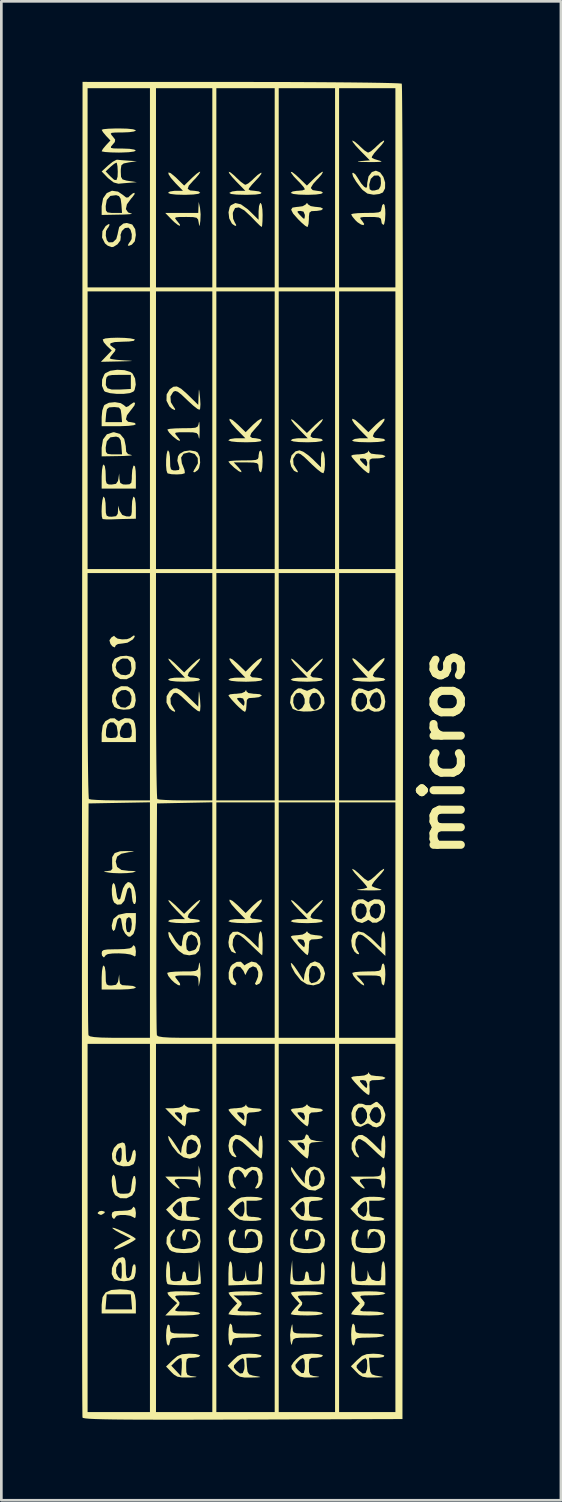
<source format=kicad_pcb>
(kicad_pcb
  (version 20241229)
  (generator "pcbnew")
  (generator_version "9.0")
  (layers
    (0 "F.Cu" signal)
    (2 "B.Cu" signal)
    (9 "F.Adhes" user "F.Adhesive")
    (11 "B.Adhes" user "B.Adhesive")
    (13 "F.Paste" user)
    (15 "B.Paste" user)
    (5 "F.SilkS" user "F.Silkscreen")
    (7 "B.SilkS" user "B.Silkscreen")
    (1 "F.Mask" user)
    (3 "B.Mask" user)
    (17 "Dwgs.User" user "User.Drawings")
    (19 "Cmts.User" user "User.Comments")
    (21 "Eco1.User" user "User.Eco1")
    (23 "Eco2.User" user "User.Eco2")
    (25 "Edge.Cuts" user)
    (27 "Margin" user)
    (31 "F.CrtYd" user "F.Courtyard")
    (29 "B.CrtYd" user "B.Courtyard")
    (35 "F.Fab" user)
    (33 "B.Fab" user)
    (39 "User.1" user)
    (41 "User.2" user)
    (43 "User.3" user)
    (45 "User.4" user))
  (footprint "micros"
    (layer "F.Cu")
    (at 6.056 24.885)
    (property "Reference" "micros" (at 7.366 0.079 90) (layer "F.SilkS") (effects (font (size 1.524 1.524) (thickness 0.3))))
    (attr board_only exclude_from_pos_files exclude_from_bom)
    (fp_poly (pts (xy -5.212 17.187) (xy -5.207 17.233) (xy -5.316 17.302) (xy -5.362 17.308) (xy -5.458 17.266) (xy -5.47 17.233) (xy -5.407 17.173) (xy -5.315 17.158)) (stroke (width 0) (type solid)) (fill yes) (layer "F.SilkS"))
    (fp_poly (pts (xy -4.845 17.798) (xy -4.679 17.862) (xy -4.472 17.955) (xy -4.268 18.058) (xy -4.111 18.149) (xy -4.046 18.206) (xy -4.046 18.207) (xy -4.108 18.26) (xy -4.268 18.355) (xy -4.458 18.453) (xy -4.672 18.547) (xy -4.821 18.593) (xy -4.87 18.582) (xy -4.809 18.508) (xy -4.654 18.403) (xy -4.555 18.349) (xy -4.24 18.188) (xy -4.6 18.005) (xy -4.792 17.898) (xy -4.907 17.817) (xy -4.924 17.786)) (stroke (width 0) (type solid)) (fill yes) (layer "F.SilkS"))
    (fp_poly (pts (xy -4.087 -4.225) (xy -4.158 -4.121) (xy -4.361 -3.999) (xy -4.545 -3.971) (xy -4.713 -3.951) (xy -4.794 -3.903) (xy -4.795 -3.896) (xy -4.833 -3.824) (xy -4.92 -3.864) (xy -4.992 -3.954) (xy -5.031 -4.089) (xy -4.959 -4.194) (xy -4.858 -4.258) (xy -4.813 -4.211) (xy -4.725 -4.151) (xy -4.558 -4.124) (xy -4.377 -4.132) (xy -4.249 -4.178) (xy -4.233 -4.196) (xy -4.128 -4.268) (xy -4.105 -4.271)) (stroke (width 0) (type solid)) (fill yes) (layer "F.SilkS"))
    (fp_poly (pts (xy -4.39 20.096) (xy -4.202 20.136) (xy -4.136 20.17) (xy -4.082 20.294) (xy -4.05 20.506) (xy -4.046 20.62) (xy -4.046 20.979) (xy -5.32 20.979) (xy -5.32 20.829) (xy -5.179 20.829) (xy -4.187 20.829) (xy -4.21 20.549) (xy -4.233 20.268) (xy -5.132 20.268) (xy -5.156 20.549) (xy -5.179 20.829) (xy -5.32 20.829) (xy -5.32 20.654) (xy -5.287 20.376) (xy -5.173 20.199) (xy -4.96 20.106) (xy -4.636 20.08)) (stroke (width 0) (type solid)) (fill yes) (layer "F.SilkS"))
    (fp_poly (pts (xy -1.656 15.697) (xy -1.631 15.946) (xy -1.641 16.147) (xy -1.667 16.296) (xy -1.688 16.305) (xy -1.721 16.184) (xy -1.762 16.076) (xy -1.846 16.016) (xy -2.013 15.987) (xy -2.195 15.974) (xy -2.458 15.968) (xy -2.588 15.994) (xy -2.601 16.061) (xy -2.511 16.183) (xy -2.498 16.197) (xy -2.418 16.305) (xy -2.433 16.335) (xy -2.517 16.295) (xy -2.646 16.195) (xy -2.735 16.109) (xy -2.95 15.884) (xy -1.723 15.884) (xy -1.706 15.472)) (stroke (width 0) (type solid)) (fill yes) (layer "F.SilkS"))
    (fp_poly (pts (xy -4.07 17.074) (xy -4.046 17.233) (xy -4.046 17.248) (xy -4.058 17.402) (xy -4.1 17.427) (xy -4.136 17.398) (xy -4.254 17.342) (xy -4.434 17.314) (xy -4.621 17.313) (xy -4.758 17.341) (xy -4.795 17.383) (xy -4.852 17.456) (xy -4.87 17.458) (xy -4.931 17.395) (xy -4.945 17.308) (xy -4.925 17.218) (xy -4.842 17.173) (xy -4.657 17.159) (xy -4.571 17.158) (xy -4.357 17.145) (xy -4.221 17.11) (xy -4.196 17.083) (xy -4.139 17.01) (xy -4.121 17.008)) (stroke (width 0) (type solid)) (fill yes) (layer "F.SilkS"))
    (fp_poly (pts (xy -1.657 -20.193) (xy -1.634 -19.954) (xy -1.645 -19.706) (xy -1.67 -19.544) (xy -1.687 -19.523) (xy -1.705 -19.634) (xy -1.707 -19.649) (xy -1.73 -19.763) (xy -1.787 -19.825) (xy -1.914 -19.85) (xy -2.149 -19.855) (xy -2.189 -19.855) (xy -2.438 -19.853) (xy -2.562 -19.839) (xy -2.585 -19.802) (xy -2.531 -19.729) (xy -2.51 -19.705) (xy -2.406 -19.572) (xy -2.403 -19.523) (xy -2.479 -19.555) (xy -2.614 -19.662) (xy -2.698 -19.744) (xy -2.952 -20.005) (xy -1.723 -20.005) (xy -1.706 -20.417)) (stroke (width 0) (type solid)) (fill yes) (layer "F.SilkS"))
    (fp_poly (pts (xy -2.792 21.418) (xy -2.772 21.537) (xy -2.766 21.634) (xy -2.726 21.691) (xy -2.62 21.719) (xy -2.418 21.728) (xy -2.206 21.729) (xy -1.903 21.738) (xy -1.726 21.764) (xy -1.686 21.804) (xy -1.779 21.841) (xy -1.979 21.868) (xy -2.243 21.878) (xy -2.252 21.878) (xy -2.526 21.883) (xy -2.683 21.901) (xy -2.754 21.943) (xy -2.772 22.018) (xy -2.772 22.028) (xy -2.804 22.15) (xy -2.847 22.178) (xy -2.89 22.111) (xy -2.917 21.939) (xy -2.922 21.808) (xy -2.908 21.585) (xy -2.872 21.429) (xy -2.847 21.391)) (stroke (width 0) (type solid)) (fill yes) (layer "F.SilkS"))
    (fp_poly (pts (xy -0.468 21.418) (xy -0.45 21.541) (xy -0.443 21.636) (xy -0.401 21.692) (xy -0.293 21.719) (xy -0.087 21.728) (xy 0.117 21.729) (xy 0.419 21.738) (xy 0.597 21.764) (xy 0.637 21.804) (xy 0.544 21.841) (xy 0.344 21.868) (xy 0.079 21.878) (xy 0.071 21.878) (xy -0.204 21.883) (xy -0.36 21.901) (xy -0.432 21.943) (xy -0.449 22.018) (xy -0.45 22.028) (xy -0.481 22.15) (xy -0.524 22.178) (xy -0.566 22.11) (xy -0.593 21.936) (xy -0.599 21.766) (xy -0.587 21.54) (xy -0.555 21.391) (xy -0.524 21.354)) (stroke (width 0) (type solid)) (fill yes) (layer "F.SilkS"))
    (fp_poly (pts (xy 1.79 21.506) (xy 1.791 21.523) (xy 1.8 21.627) (xy 1.839 21.689) (xy 1.941 21.718) (xy 2.137 21.728) (xy 2.36 21.729) (xy 2.643 21.738) (xy 2.841 21.763) (xy 2.922 21.8) (xy 2.922 21.804) (xy 2.852 21.841) (xy 2.664 21.868) (xy 2.388 21.878) (xy 2.365 21.878) (xy 2.08 21.882) (xy 1.91 21.898) (xy 1.825 21.937) (xy 1.79 22.009) (xy 1.782 22.047) (xy 1.761 22.15) (xy 1.738 22.121) (xy 1.712 22.007) (xy 1.698 21.78) (xy 1.726 21.558) (xy 1.765 21.403) (xy 1.782 21.388)) (stroke (width 0) (type solid)) (fill yes) (layer "F.SilkS"))
    (fp_poly (pts (xy 4.102 21.418) (xy 4.121 21.541) (xy 4.128 21.636) (xy 4.17 21.692) (xy 4.278 21.719) (xy 4.483 21.728) (xy 4.687 21.729) (xy 4.99 21.738) (xy 5.167 21.764) (xy 5.207 21.804) (xy 5.114 21.841) (xy 4.914 21.868) (xy 4.65 21.878) (xy 4.641 21.878) (xy 4.367 21.883) (xy 4.21 21.901) (xy 4.139 21.943) (xy 4.121 22.018) (xy 4.121 22.028) (xy 4.09 22.15) (xy 4.046 22.178) (xy 4.005 22.11) (xy 3.978 21.936) (xy 3.971 21.766) (xy 3.983 21.54) (xy 4.015 21.391) (xy 4.046 21.354)) (stroke (width 0) (type solid)) (fill yes) (layer "F.SilkS"))
    (fp_poly (pts (xy -5.202 8.084) (xy -5.175 8.257) (xy -5.17 8.392) (xy -5.165 8.614) (xy -5.135 8.724) (xy -5.057 8.762) (xy -4.95 8.766) (xy -4.786 8.741) (xy -4.714 8.635) (xy -4.699 8.56) (xy -4.668 8.354) (xy -4.657 8.56) (xy -4.635 8.693) (xy -4.559 8.752) (xy -4.384 8.766) (xy -4.346 8.766) (xy -4.158 8.783) (xy -4.054 8.825) (xy -4.046 8.841) (xy -4.116 8.878) (xy -4.31 8.904) (xy -4.601 8.916) (xy -4.683 8.916) (xy -5.32 8.916) (xy -5.32 8.467) (xy -5.308 8.227) (xy -5.279 8.065) (xy -5.245 8.017)) (stroke (width 0) (type solid)) (fill yes) (layer "F.SilkS"))
    (fp_poly (pts (xy -4.829 15.877) (xy -4.792 16.048) (xy -4.781 16.165) (xy -4.761 16.38) (xy -4.719 16.484) (xy -4.622 16.518) (xy -4.496 16.521) (xy -4.327 16.511) (xy -4.247 16.451) (xy -4.216 16.299) (xy -4.21 16.222) (xy -4.175 15.986) (xy -4.128 15.864) (xy -4.081 15.864) (xy -4.051 15.995) (xy -4.046 16.12) (xy -4.079 16.408) (xy -4.183 16.584) (xy -4.183 16.585) (xy -4.396 16.692) (xy -4.631 16.686) (xy -4.821 16.572) (xy -4.889 16.438) (xy -4.932 16.244) (xy -4.947 16.041) (xy -4.93 15.88) (xy -4.878 15.81) (xy -4.874 15.809)) (stroke (width 0) (type solid)) (fill yes) (layer "F.SilkS"))
    (fp_poly (pts (xy -4.07 7.333) (xy -4.046 7.492) (xy -4.046 7.508) (xy -4.058 7.662) (xy -4.1 7.686) (xy -4.136 7.657) (xy -4.247 7.612) (xy -4.444 7.582) (xy -4.68 7.569) (xy -4.91 7.573) (xy -5.089 7.596) (xy -5.169 7.637) (xy -5.17 7.642) (xy -5.227 7.715) (xy -5.245 7.717) (xy -5.306 7.655) (xy -5.32 7.568) (xy -5.306 7.491) (xy -5.246 7.446) (xy -5.107 7.424) (xy -4.859 7.418) (xy -4.758 7.418) (xy -4.475 7.408) (xy -4.277 7.383) (xy -4.196 7.346) (xy -4.196 7.343) (xy -4.139 7.27) (xy -4.121 7.268)) (stroke (width 0) (type solid)) (fill yes) (layer "F.SilkS"))
    (fp_poly (pts (xy -4.2 -3.474) (xy -4.136 -3.432) (xy -4.059 -3.265) (xy -4.055 -3.041) (xy -4.119 -2.831) (xy -4.183 -2.746) (xy -4.396 -2.639) (xy -4.631 -2.645) (xy -4.821 -2.759) (xy -4.922 -2.956) (xy -4.93 -3.086) (xy -4.802 -3.086) (xy -4.744 -2.923) (xy -4.604 -2.81) (xy -4.421 -2.788) (xy -4.281 -2.838) (xy -4.22 -2.973) (xy -4.211 -3.041) (xy -4.235 -3.273) (xy -4.35 -3.403) (xy -4.535 -3.412) (xy -4.61 -3.384) (xy -4.762 -3.254) (xy -4.802 -3.086) (xy -4.93 -3.086) (xy -4.935 -3.182) (xy -4.86 -3.372) (xy -4.814 -3.417) (xy -4.628 -3.496) (xy -4.399 -3.515)) (stroke (width 0) (type solid)) (fill yes) (layer "F.SilkS"))
    (fp_poly (pts (xy -5.202 -10.572) (xy -5.175 -10.4) (xy -5.17 -10.265) (xy -5.165 -10.043) (xy -5.135 -9.932) (xy -5.057 -9.894) (xy -4.95 -9.89) (xy -4.786 -9.916) (xy -4.714 -10.022) (xy -4.699 -10.096) (xy -4.668 -10.302) (xy -4.657 -10.096) (xy -4.626 -9.949) (xy -4.524 -9.895) (xy -4.421 -9.89) (xy -4.282 -9.9) (xy -4.216 -9.958) (xy -4.197 -10.103) (xy -4.196 -10.223) (xy -4.18 -10.435) (xy -4.141 -10.577) (xy -4.121 -10.602) (xy -4.077 -10.562) (xy -4.052 -10.389) (xy -4.046 -10.194) (xy -4.046 -9.74) (xy -5.32 -9.74) (xy -5.32 -10.19) (xy -5.308 -10.429) (xy -5.279 -10.592) (xy -5.245 -10.64)) (stroke (width 0) (type solid)) (fill yes) (layer "F.SilkS"))
    (fp_poly (pts (xy -4.361 -2.375) (xy -4.17 -2.261) (xy -4.076 -2.076) (xy -4.05 -1.848) (xy -4.094 -1.648) (xy -4.136 -1.588) (xy -4.288 -1.521) (xy -4.508 -1.505) (xy -4.722 -1.539) (xy -4.851 -1.611) (xy -4.934 -1.802) (xy -4.931 -1.916) (xy -4.795 -1.916) (xy -4.741 -1.719) (xy -4.606 -1.599) (xy -4.437 -1.579) (xy -4.277 -1.678) (xy -4.275 -1.681) (xy -4.216 -1.833) (xy -4.209 -2) (xy -4.282 -2.168) (xy -4.422 -2.241) (xy -4.583 -2.227) (xy -4.721 -2.131) (xy -4.793 -1.959) (xy -4.795 -1.916) (xy -4.931 -1.916) (xy -4.929 -2.036) (xy -4.842 -2.238) (xy -4.808 -2.274) (xy -4.595 -2.381)) (stroke (width 0) (type solid)) (fill yes) (layer "F.SilkS"))
    (fp_poly (pts (xy -4.182 3.767) (xy -4.114 3.776) (xy -4.18 3.788) (xy -4.307 3.802) (xy -4.589 3.859) (xy -4.745 3.967) (xy -4.795 4.141) (xy -4.795 4.153) (xy -4.744 4.351) (xy -4.583 4.463) (xy -4.318 4.496) (xy -4.14 4.502) (xy -4.053 4.516) (xy -4.052 4.523) (xy -4.165 4.558) (xy -4.378 4.58) (xy -4.639 4.588) (xy -4.899 4.578) (xy -5.02 4.566) (xy -5.199 4.537) (xy -5.236 4.518) (xy -5.137 4.507) (xy -5.129 4.507) (xy -4.978 4.487) (xy -4.922 4.417) (xy -4.929 4.25) (xy -4.931 4.232) (xy -4.928 3.985) (xy -4.835 3.835) (xy -4.634 3.767) (xy -4.393 3.759)) (stroke (width 0) (type solid)) (fill yes) (layer "F.SilkS"))
    (fp_poly (pts (xy 5.21 6.812) (xy 5.237 6.991) (xy 5.245 7.204) (xy 5.245 7.665) (xy 4.793 7.234) (xy 4.562 7.022) (xy 4.408 6.904) (xy 4.307 6.866) (xy 4.233 6.893) (xy 4.231 6.895) (xy 4.144 7.05) (xy 4.126 7.258) (xy 4.182 7.442) (xy 4.21 7.476) (xy 4.267 7.572) (xy 4.259 7.604) (xy 4.187 7.586) (xy 4.096 7.506) (xy 4.001 7.321) (xy 3.975 7.093) (xy 4.019 6.893) (xy 4.061 6.833) (xy 4.229 6.749) (xy 4.438 6.798) (xy 4.694 6.984) (xy 4.774 7.059) (xy 5.095 7.374) (xy 5.095 7.059) (xy 5.111 6.865) (xy 5.151 6.754) (xy 5.17 6.743)) (stroke (width 0) (type solid)) (fill yes) (layer "F.SilkS"))
    (fp_poly (pts (xy 5.211 15.577) (xy 5.238 15.752) (xy 5.245 15.922) (xy 5.233 16.148) (xy 5.201 16.297) (xy 5.17 16.334) (xy 5.114 16.27) (xy 5.095 16.147) (xy 5.084 16.039) (xy 5.028 15.983) (xy 4.889 15.962) (xy 4.683 15.959) (xy 4.426 15.967) (xy 4.303 15.998) (xy 4.295 16.067) (xy 4.386 16.187) (xy 4.395 16.197) (xy 4.475 16.305) (xy 4.461 16.335) (xy 4.376 16.295) (xy 4.247 16.195) (xy 4.158 16.109) (xy 3.943 15.884) (xy 4.519 15.884) (xy 4.809 15.882) (xy 4.981 15.869) (xy 5.065 15.834) (xy 5.092 15.768) (xy 5.095 15.697) (xy 5.121 15.556) (xy 5.17 15.51)) (stroke (width 0) (type solid)) (fill yes) (layer "F.SilkS"))
    (fp_poly (pts (xy -4.634 -11.772) (xy -4.481 -11.59) (xy -4.421 -11.317) (xy -4.421 -11.294) (xy -4.406 -11.11) (xy -4.338 -11.025) (xy -4.215 -10.993) (xy -4.19 -10.978) (xy -4.295 -10.965) (xy -4.507 -10.954) (xy -4.664 -10.95) (xy -5.32 -10.939) (xy -5.32 -11.265) (xy -5.319 -11.267) (xy -5.17 -11.267) (xy -5.161 -11.106) (xy -5.104 -11.034) (xy -4.957 -11.015) (xy -4.866 -11.014) (xy -4.562 -11.014) (xy -4.585 -11.333) (xy -4.613 -11.54) (xy -4.675 -11.64) (xy -4.781 -11.676) (xy -4.996 -11.648) (xy -5.129 -11.499) (xy -5.17 -11.267) (xy -5.319 -11.267) (xy -5.271 -11.568) (xy -5.126 -11.761) (xy -4.893 -11.837) (xy -4.857 -11.838)) (stroke (width 0) (type solid)) (fill yes) (layer "F.SilkS"))
    (fp_poly (pts (xy 0.647 19.101) (xy 0.663 19.297) (xy 0.659 19.462) (xy 0.637 19.893) (xy 0.019 19.915) (xy -0.599 19.936) (xy -0.599 19.484) (xy -0.588 19.243) (xy -0.559 19.08) (xy -0.524 19.031) (xy -0.482 19.099) (xy -0.455 19.271) (xy -0.45 19.406) (xy -0.445 19.628) (xy -0.414 19.738) (xy -0.336 19.776) (xy -0.23 19.781) (xy -0.066 19.755) (xy 0.006 19.649) (xy 0.021 19.574) (xy 0.052 19.368) (xy 0.064 19.574) (xy 0.094 19.722) (xy 0.197 19.775) (xy 0.3 19.781) (xy 0.433 19.772) (xy 0.499 19.722) (xy 0.522 19.591) (xy 0.524 19.406) (xy 0.539 19.187) (xy 0.576 19.053) (xy 0.603 19.031)) (stroke (width 0) (type solid)) (fill yes) (layer "F.SilkS"))
    (fp_poly (pts (xy 4.138 -3.369) (xy 4.331 -3.199) (xy 4.612 -2.924) (xy 4.889 -3.2) (xy 5.053 -3.346) (xy 5.177 -3.422) (xy 5.219 -3.423) (xy 5.201 -3.344) (xy 5.099 -3.2) (xy 4.995 -3.085) (xy 4.825 -2.891) (xy 4.778 -2.772) (xy 4.854 -2.712) (xy 5.033 -2.697) (xy 5.185 -2.674) (xy 5.245 -2.622) (xy 5.175 -2.585) (xy 4.984 -2.559) (xy 4.7 -2.548) (xy 4.65 -2.547) (xy 4.365 -2.556) (xy 4.142 -2.58) (xy 4.019 -2.613) (xy 4.009 -2.622) (xy 4.043 -2.671) (xy 4.202 -2.696) (xy 4.276 -2.697) (xy 4.59 -2.697) (xy 4.274 -3.04) (xy 4.094 -3.254) (xy 4.014 -3.387) (xy 4.03 -3.429)) (stroke (width 0) (type solid)) (fill yes) (layer "F.SilkS"))
    (fp_poly (pts (xy -4.471 -14.149) (xy -4.25 -14.083) (xy -4.17 -14.024) (xy -4.076 -13.839) (xy -4.05 -13.611) (xy -4.094 -13.411) (xy -4.136 -13.352) (xy -4.271 -13.295) (xy -4.498 -13.267) (xy -4.762 -13.267) (xy -5.009 -13.293) (xy -5.186 -13.345) (xy -5.226 -13.374) (xy -5.308 -13.565) (xy -5.308 -13.594) (xy -5.166 -13.594) (xy -5.103 -13.476) (xy -4.942 -13.427) (xy -4.665 -13.427) (xy -4.233 -13.449) (xy -4.233 -13.974) (xy -4.683 -13.974) (xy -4.934 -13.969) (xy -5.072 -13.944) (xy -5.135 -13.887) (xy -5.157 -13.8) (xy -5.166 -13.594) (xy -5.308 -13.594) (xy -5.303 -13.799) (xy -5.216 -14.001) (xy -5.183 -14.037) (xy -4.998 -14.127) (xy -4.74 -14.164)) (stroke (width 0) (type solid)) (fill yes) (layer "F.SilkS"))
    (fp_poly (pts (xy -2.76 -3.373) (xy -2.594 -3.229) (xy -2.547 -3.184) (xy -2.248 -2.892) (xy -1.948 -3.184) (xy -1.787 -3.33) (xy -1.678 -3.405) (xy -1.648 -3.402) (xy -1.698 -3.309) (xy -1.825 -3.159) (xy -1.908 -3.075) (xy -2.076 -2.888) (xy -2.116 -2.77) (xy -2.027 -2.71) (xy -1.869 -2.697) (xy -1.713 -2.675) (xy -1.648 -2.622) (xy -1.718 -2.585) (xy -1.91 -2.559) (xy -2.194 -2.548) (xy -2.248 -2.547) (xy -2.545 -2.556) (xy -2.753 -2.58) (xy -2.845 -2.616) (xy -2.847 -2.622) (xy -2.781 -2.668) (xy -2.613 -2.695) (xy -2.532 -2.697) (xy -2.217 -2.697) (xy -2.532 -3.019) (xy -2.72 -3.223) (xy -2.822 -3.358) (xy -2.835 -3.412)) (stroke (width 0) (type solid)) (fill yes) (layer "F.SilkS"))
    (fp_poly (pts (xy -2.76 5.618) (xy -2.594 5.762) (xy -2.547 5.807) (xy -2.248 6.099) (xy -1.948 5.807) (xy -1.787 5.661) (xy -1.678 5.586) (xy -1.648 5.59) (xy -1.698 5.682) (xy -1.825 5.832) (xy -1.908 5.916) (xy -2.076 6.103) (xy -2.116 6.221) (xy -2.027 6.281) (xy -1.869 6.294) (xy -1.713 6.316) (xy -1.648 6.369) (xy -1.718 6.406) (xy -1.91 6.432) (xy -2.194 6.443) (xy -2.248 6.444) (xy -2.545 6.435) (xy -2.753 6.411) (xy -2.845 6.375) (xy -2.847 6.369) (xy -2.781 6.323) (xy -2.613 6.296) (xy -2.532 6.294) (xy -2.217 6.294) (xy -2.532 5.973) (xy -2.72 5.768) (xy -2.822 5.633) (xy -2.835 5.579)) (stroke (width 0) (type solid)) (fill yes) (layer "F.SilkS"))
    (fp_poly (pts (xy -2.361 -13.459) (xy -2.147 -13.272) (xy -2.082 -13.209) (xy -1.723 -12.855) (xy -1.711 -13.19) (xy -1.703 -13.374) (xy -1.695 -13.43) (xy -1.681 -13.351) (xy -1.657 -13.13) (xy -1.655 -13.112) (xy -1.641 -12.881) (xy -1.652 -12.72) (xy -1.675 -12.673) (xy -1.755 -12.708) (xy -1.908 -12.828) (xy -2.104 -13.006) (xy -2.139 -13.041) (xy -2.351 -13.242) (xy -2.49 -13.348) (xy -2.583 -13.375) (xy -2.656 -13.34) (xy -2.759 -13.168) (xy -2.744 -12.958) (xy -2.648 -12.8) (xy -2.581 -12.698) (xy -2.599 -12.663) (xy -2.703 -12.713) (xy -2.798 -12.8) (xy -2.906 -13.013) (xy -2.9 -13.247) (xy -2.785 -13.438) (xy -2.65 -13.532) (xy -2.519 -13.543)) (stroke (width 0) (type solid)) (fill yes) (layer "F.SilkS"))
    (fp_poly (pts (xy -2.361 -2.22) (xy -2.147 -2.033) (xy -2.082 -1.97) (xy -1.723 -1.617) (xy -1.711 -1.951) (xy -1.703 -2.135) (xy -1.695 -2.191) (xy -1.681 -2.112) (xy -1.657 -1.891) (xy -1.655 -1.873) (xy -1.641 -1.642) (xy -1.652 -1.481) (xy -1.675 -1.434) (xy -1.755 -1.469) (xy -1.908 -1.589) (xy -2.104 -1.767) (xy -2.139 -1.802) (xy -2.351 -2.003) (xy -2.49 -2.11) (xy -2.583 -2.136) (xy -2.656 -2.101) (xy -2.759 -1.929) (xy -2.744 -1.719) (xy -2.648 -1.561) (xy -2.581 -1.459) (xy -2.599 -1.424) (xy -2.703 -1.474) (xy -2.798 -1.561) (xy -2.906 -1.774) (xy -2.9 -2.008) (xy -2.785 -2.199) (xy -2.65 -2.293) (xy -2.519 -2.304)) (stroke (width 0) (type solid)) (fill yes) (layer "F.SilkS"))
    (fp_poly (pts (xy -1.648 -21.534) (xy -1.698 -21.441) (xy -1.825 -21.291) (xy -1.908 -21.207) (xy -2.076 -21.02) (xy -2.116 -20.902) (xy -2.027 -20.842) (xy -1.869 -20.829) (xy -1.713 -20.807) (xy -1.648 -20.755) (xy -1.718 -20.717) (xy -1.91 -20.691) (xy -2.194 -20.68) (xy -2.248 -20.68) (xy -2.545 -20.688) (xy -2.753 -20.712) (xy -2.845 -20.748) (xy -2.847 -20.755) (xy -2.781 -20.803) (xy -2.617 -20.828) (xy -2.57 -20.829) (xy -2.292 -20.829) (xy -2.57 -21.114) (xy -2.745 -21.314) (xy -2.832 -21.453) (xy -2.832 -21.515) (xy -2.747 -21.485) (xy -2.58 -21.347) (xy -2.547 -21.317) (xy -2.248 -21.024) (xy -1.948 -21.317) (xy -1.787 -21.462) (xy -1.678 -21.537)) (stroke (width 0) (type solid)) (fill yes) (layer "F.SilkS"))
    (fp_poly (pts (xy -0.449 -12.295) (xy -0.261 -12.135) (xy -0.24 -12.115) (xy 0.042 -11.84) (xy 0.318 -12.117) (xy 0.482 -12.262) (xy 0.606 -12.338) (xy 0.648 -12.339) (xy 0.631 -12.261) (xy 0.529 -12.117) (xy 0.424 -12.001) (xy 0.255 -11.806) (xy 0.207 -11.685) (xy 0.281 -11.626) (xy 0.42 -11.614) (xy 0.574 -11.584) (xy 0.637 -11.539) (xy 0.592 -11.5) (xy 0.408 -11.474) (xy 0.096 -11.464) (xy 0.042 -11.464) (xy -0.27 -11.472) (xy -0.491 -11.495) (xy -0.595 -11.529) (xy -0.599 -11.539) (xy -0.533 -11.585) (xy -0.365 -11.611) (xy -0.284 -11.614) (xy 0.031 -11.614) (xy -0.298 -11.949) (xy -0.481 -12.156) (xy -0.563 -12.292) (xy -0.551 -12.342)) (stroke (width 0) (type solid)) (fill yes) (layer "F.SilkS"))
    (fp_poly (pts (xy -0.449 -3.379) (xy -0.261 -3.219) (xy -0.24 -3.199) (xy 0.042 -2.924) (xy 0.318 -3.2) (xy 0.482 -3.346) (xy 0.606 -3.422) (xy 0.648 -3.423) (xy 0.631 -3.344) (xy 0.529 -3.2) (xy 0.424 -3.085) (xy 0.255 -2.891) (xy 0.207 -2.772) (xy 0.283 -2.712) (xy 0.462 -2.697) (xy 0.614 -2.674) (xy 0.674 -2.622) (xy 0.604 -2.586) (xy 0.41 -2.56) (xy 0.12 -2.548) (xy 0.037 -2.547) (xy -0.273 -2.556) (xy -0.492 -2.579) (xy -0.595 -2.613) (xy -0.599 -2.622) (xy -0.533 -2.668) (xy -0.365 -2.695) (xy -0.284 -2.697) (xy 0.031 -2.697) (xy -0.298 -3.033) (xy -0.481 -3.24) (xy -0.563 -3.376) (xy -0.551 -3.426)) (stroke (width 0) (type solid)) (fill yes) (layer "F.SilkS"))
    (fp_poly (pts (xy -0.449 5.613) (xy -0.261 5.772) (xy -0.24 5.792) (xy 0.042 6.067) (xy 0.318 5.791) (xy 0.482 5.645) (xy 0.606 5.569) (xy 0.648 5.568) (xy 0.631 5.647) (xy 0.529 5.791) (xy 0.424 5.907) (xy 0.255 6.1) (xy 0.207 6.219) (xy 0.283 6.279) (xy 0.462 6.294) (xy 0.614 6.317) (xy 0.674 6.369) (xy 0.604 6.405) (xy 0.41 6.431) (xy 0.12 6.443) (xy 0.037 6.444) (xy -0.273 6.435) (xy -0.492 6.413) (xy -0.595 6.378) (xy -0.599 6.369) (xy -0.533 6.323) (xy -0.365 6.296) (xy -0.284 6.294) (xy 0.031 6.294) (xy -0.298 5.958) (xy -0.481 5.751) (xy -0.563 5.616) (xy -0.551 5.565)) (stroke (width 0) (type solid)) (fill yes) (layer "F.SilkS"))
    (fp_poly (pts (xy -0.165 14.346) (xy 0.052 14.488) (xy 0.203 14.626) (xy 0.524 14.942) (xy 0.524 14.668) (xy 0.543 14.476) (xy 0.589 14.357) (xy 0.599 14.348) (xy 0.643 14.388) (xy 0.669 14.562) (xy 0.674 14.756) (xy 0.666 14.994) (xy 0.645 15.159) (xy 0.62 15.21) (xy 0.545 15.161) (xy 0.395 15.032) (xy 0.201 14.849) (xy 0.177 14.825) (xy -0.081 14.594) (xy -0.26 14.488) (xy -0.331 14.486) (xy -0.418 14.588) (xy -0.448 14.764) (xy -0.419 14.947) (xy -0.361 15.044) (xy -0.298 15.141) (xy -0.343 15.166) (xy -0.468 15.102) (xy -0.567 14.95) (xy -0.597 14.733) (xy -0.557 14.521) (xy -0.492 14.418) (xy -0.339 14.324)) (stroke (width 0) (type solid)) (fill yes) (layer "F.SilkS"))
    (fp_poly (pts (xy 0.639 6.812) (xy 0.666 6.99) (xy 0.674 7.193) (xy 0.672 7.43) (xy 0.664 7.592) (xy 0.656 7.641) (xy 0.597 7.592) (xy 0.458 7.463) (xy 0.265 7.28) (xy 0.204 7.221) (xy -0.02 7.012) (xy -0.169 6.898) (xy -0.267 6.865) (xy -0.339 6.895) (xy -0.427 7.05) (xy -0.444 7.259) (xy -0.387 7.443) (xy -0.36 7.478) (xy -0.318 7.553) (xy -0.345 7.568) (xy -0.486 7.5) (xy -0.578 7.325) (xy -0.599 7.155) (xy -0.556 6.902) (xy -0.436 6.77) (xy -0.251 6.76) (xy -0.015 6.875) (xy 0.203 7.059) (xy 0.524 7.374) (xy 0.524 7.059) (xy 0.54 6.865) (xy 0.58 6.754) (xy 0.599 6.743)) (stroke (width 0) (type solid)) (fill yes) (layer "F.SilkS"))
    (fp_poly (pts (xy 1.811 -12.289) (xy 1.976 -12.145) (xy 2.023 -12.101) (xy 2.323 -11.808) (xy 2.622 -12.101) (xy 2.783 -12.246) (xy 2.892 -12.321) (xy 2.922 -12.318) (xy 2.872 -12.225) (xy 2.746 -12.075) (xy 2.663 -11.991) (xy 2.494 -11.804) (xy 2.454 -11.686) (xy 2.543 -11.626) (xy 2.702 -11.614) (xy 2.858 -11.591) (xy 2.922 -11.539) (xy 2.852 -11.502) (xy 2.661 -11.475) (xy 2.376 -11.464) (xy 2.323 -11.464) (xy 2.026 -11.472) (xy 1.817 -11.496) (xy 1.725 -11.532) (xy 1.723 -11.539) (xy 1.79 -11.585) (xy 1.958 -11.611) (xy 2.039 -11.614) (xy 2.354 -11.614) (xy 2.039 -11.935) (xy 1.85 -12.14) (xy 1.749 -12.275) (xy 1.735 -12.328)) (stroke (width 0) (type solid)) (fill yes) (layer "F.SilkS"))
    (fp_poly (pts (xy 1.811 -3.373) (xy 1.976 -3.229) (xy 2.023 -3.184) (xy 2.323 -2.892) (xy 2.622 -3.184) (xy 2.783 -3.33) (xy 2.892 -3.405) (xy 2.922 -3.402) (xy 2.872 -3.309) (xy 2.746 -3.159) (xy 2.663 -3.075) (xy 2.494 -2.888) (xy 2.454 -2.77) (xy 2.543 -2.71) (xy 2.702 -2.697) (xy 2.858 -2.675) (xy 2.922 -2.622) (xy 2.852 -2.585) (xy 2.661 -2.559) (xy 2.376 -2.548) (xy 2.323 -2.547) (xy 2.026 -2.556) (xy 1.817 -2.58) (xy 1.725 -2.616) (xy 1.723 -2.622) (xy 1.79 -2.668) (xy 1.958 -2.695) (xy 2.039 -2.697) (xy 2.354 -2.697) (xy 2.039 -3.019) (xy 1.85 -3.223) (xy 1.749 -3.358) (xy 1.735 -3.412)) (stroke (width 0) (type solid)) (fill yes) (layer "F.SilkS"))
    (fp_poly (pts (xy 1.811 5.618) (xy 1.976 5.762) (xy 2.023 5.807) (xy 2.323 6.099) (xy 2.622 5.807) (xy 2.783 5.661) (xy 2.892 5.586) (xy 2.922 5.59) (xy 2.872 5.682) (xy 2.746 5.832) (xy 2.663 5.916) (xy 2.494 6.103) (xy 2.454 6.221) (xy 2.543 6.281) (xy 2.702 6.294) (xy 2.858 6.316) (xy 2.922 6.369) (xy 2.852 6.406) (xy 2.661 6.432) (xy 2.376 6.443) (xy 2.323 6.444) (xy 2.026 6.435) (xy 1.817 6.411) (xy 1.725 6.375) (xy 1.723 6.369) (xy 1.79 6.323) (xy 1.958 6.296) (xy 2.039 6.294) (xy 2.354 6.294) (xy 2.039 5.973) (xy 1.85 5.768) (xy 1.749 5.633) (xy 1.735 5.579)) (stroke (width 0) (type solid)) (fill yes) (layer "F.SilkS"))
    (fp_poly (pts (xy 4.122 -12.295) (xy 4.31 -12.135) (xy 4.331 -12.115) (xy 4.612 -11.84) (xy 4.889 -12.117) (xy 5.053 -12.262) (xy 5.177 -12.338) (xy 5.219 -12.339) (xy 5.201 -12.261) (xy 5.099 -12.117) (xy 4.995 -12.001) (xy 4.825 -11.807) (xy 4.778 -11.688) (xy 4.854 -11.629) (xy 5.033 -11.614) (xy 5.185 -11.591) (xy 5.245 -11.539) (xy 5.174 -11.502) (xy 4.98 -11.476) (xy 4.689 -11.464) (xy 4.604 -11.464) (xy 4.274 -11.472) (xy 4.071 -11.495) (xy 4.006 -11.532) (xy 4.009 -11.539) (xy 4.108 -11.588) (xy 4.291 -11.613) (xy 4.328 -11.614) (xy 4.602 -11.614) (xy 4.272 -11.949) (xy 4.09 -12.156) (xy 4.007 -12.292) (xy 4.019 -12.342)) (stroke (width 0) (type solid)) (fill yes) (layer "F.SilkS"))
    (fp_poly (pts (xy 4.55 14.425) (xy 4.774 14.626) (xy 5.095 14.942) (xy 5.095 14.668) (xy 5.114 14.476) (xy 5.16 14.357) (xy 5.17 14.348) (xy 5.214 14.388) (xy 5.239 14.562) (xy 5.245 14.756) (xy 5.237 14.994) (xy 5.216 15.159) (xy 5.191 15.21) (xy 5.115 15.161) (xy 4.965 15.032) (xy 4.772 14.849) (xy 4.747 14.825) (xy 4.49 14.594) (xy 4.31 14.488) (xy 4.239 14.486) (xy 4.153 14.588) (xy 4.122 14.764) (xy 4.151 14.947) (xy 4.21 15.044) (xy 4.267 15.14) (xy 4.259 15.172) (xy 4.187 15.154) (xy 4.096 15.073) (xy 3.988 14.86) (xy 3.993 14.626) (xy 4.108 14.435) (xy 4.249 14.338) (xy 4.386 14.331)) (stroke (width 0) (type solid)) (fill yes) (layer "F.SilkS"))
    (fp_poly (pts (xy -4.474 -15.352) (xy -4.249 -15.333) (xy -4.107 -15.302) (xy -4.083 -15.285) (xy -4.125 -15.242) (xy -4.301 -15.217) (xy -4.529 -15.21) (xy -4.831 -15.196) (xy -4.99 -15.153) (xy -5.004 -15.082) (xy -4.89 -14.995) (xy -4.804 -14.932) (xy -4.823 -14.859) (xy -4.89 -14.779) (xy -4.988 -14.655) (xy -5.02 -14.589) (xy -4.952 -14.562) (xy -4.772 -14.536) (xy -4.52 -14.517) (xy -4.514 -14.516) (xy -4.29 -14.504) (xy -4.191 -14.495) (xy -4.223 -14.488) (xy -4.393 -14.482) (xy -4.678 -14.475) (xy -5.348 -14.461) (xy -4.944 -14.883) (xy -5.129 -15.057) (xy -5.244 -15.191) (xy -5.279 -15.289) (xy -5.276 -15.296) (xy -5.183 -15.331) (xy -4.987 -15.351) (xy -4.735 -15.359)) (stroke (width 0) (type solid)) (fill yes) (layer "F.SilkS"))
    (fp_poly (pts (xy 0.639 -20.312) (xy 0.666 -20.133) (xy 0.674 -19.93) (xy 0.669 -19.693) (xy 0.656 -19.53) (xy 0.64 -19.481) (xy 0.575 -19.531) (xy 0.439 -19.664) (xy 0.259 -19.851) (xy 0.252 -19.859) (xy -0.008 -20.101) (xy -0.21 -20.211) (xy -0.351 -20.189) (xy -0.428 -20.034) (xy -0.436 -19.982) (xy -0.424 -19.788) (xy -0.369 -19.662) (xy -0.305 -19.548) (xy -0.34 -19.518) (xy -0.443 -19.585) (xy -0.475 -19.617) (xy -0.569 -19.802) (xy -0.596 -20.03) (xy -0.551 -20.23) (xy -0.509 -20.29) (xy -0.341 -20.374) (xy -0.133 -20.325) (xy 0.123 -20.14) (xy 0.203 -20.065) (xy 0.524 -19.749) (xy 0.524 -20.065) (xy 0.54 -20.258) (xy 0.58 -20.369) (xy 0.599 -20.38)) (stroke (width 0) (type solid)) (fill yes) (layer "F.SilkS"))
    (fp_poly (pts (xy 0.64 -11.096) (xy 0.668 -10.922) (xy 0.674 -10.752) (xy 0.662 -10.526) (xy 0.63 -10.377) (xy 0.599 -10.34) (xy 0.543 -10.404) (xy 0.524 -10.527) (xy 0.515 -10.63) (xy 0.465 -10.686) (xy 0.338 -10.709) (xy 0.1 -10.714) (xy 0.062 -10.714) (xy -0.401 -10.714) (xy -0.225 -10.527) (xy -0.119 -10.395) (xy -0.12 -10.347) (xy -0.211 -10.385) (xy -0.373 -10.508) (xy -0.393 -10.526) (xy -0.528 -10.655) (xy -0.597 -10.74) (xy -0.599 -10.748) (xy -0.531 -10.768) (xy -0.349 -10.782) (xy -0.09 -10.789) (xy -0.037 -10.789) (xy 0.248 -10.792) (xy 0.416 -10.806) (xy 0.497 -10.842) (xy 0.522 -10.911) (xy 0.524 -10.977) (xy 0.55 -11.118) (xy 0.599 -11.164)) (stroke (width 0) (type solid)) (fill yes) (layer "F.SilkS"))
    (fp_poly (pts (xy -1.676 -12.14) (xy -1.671 -11.938) (xy -1.671 -11.913) (xy -1.675 -11.701) (xy -1.685 -11.598) (xy -1.7 -11.622) (xy -1.702 -11.632) (xy -1.728 -11.746) (xy -1.787 -11.808) (xy -1.916 -11.833) (xy -2.153 -11.838) (xy -2.189 -11.838) (xy -2.438 -11.836) (xy -2.562 -11.822) (xy -2.585 -11.784) (xy -2.531 -11.712) (xy -2.51 -11.688) (xy -2.408 -11.556) (xy -2.412 -11.512) (xy -2.505 -11.555) (xy -2.671 -11.686) (xy -2.673 -11.688) (xy -2.808 -11.827) (xy -2.869 -11.925) (xy -2.866 -11.944) (xy -2.775 -11.966) (xy -2.575 -11.981) (xy -2.308 -11.988) (xy -2.278 -11.988) (xy -1.997 -11.991) (xy -1.832 -12.006) (xy -1.749 -12.047) (xy -1.714 -12.125) (xy -1.702 -12.194) (xy -1.687 -12.232)) (stroke (width 0) (type solid)) (fill yes) (layer "F.SilkS"))
    (fp_poly (pts (xy -1.672 7.923) (xy -1.648 8.072) (xy -1.645 8.092) (xy -1.634 8.346) (xy -1.657 8.579) (xy -1.706 8.804) (xy -1.714 8.598) (xy -1.727 8.485) (xy -1.775 8.423) (xy -1.896 8.397) (xy -2.123 8.392) (xy -2.184 8.392) (xy -2.434 8.394) (xy -2.559 8.409) (xy -2.583 8.446) (xy -2.533 8.516) (xy -2.522 8.529) (xy -2.406 8.685) (xy -2.396 8.76) (xy -2.472 8.753) (xy -2.611 8.659) (xy -2.722 8.555) (xy -2.838 8.41) (xy -2.879 8.308) (xy -2.873 8.293) (xy -2.778 8.268) (xy -2.575 8.25) (xy -2.307 8.242) (xy -2.278 8.242) (xy -1.997 8.24) (xy -1.833 8.224) (xy -1.751 8.184) (xy -1.718 8.106) (xy -1.707 8.036) (xy -1.688 7.914)) (stroke (width 0) (type solid)) (fill yes) (layer "F.SilkS"))
    (fp_poly (pts (xy 1.786 19.387) (xy 1.798 19.616) (xy 1.83 19.733) (xy 1.904 19.775) (xy 2.023 19.781) (xy 2.184 19.76) (xy 2.242 19.675) (xy 2.248 19.593) (xy 2.273 19.452) (xy 2.323 19.406) (xy 2.379 19.47) (xy 2.398 19.593) (xy 2.422 19.727) (xy 2.525 19.776) (xy 2.622 19.781) (xy 2.754 19.773) (xy 2.82 19.725) (xy 2.844 19.598) (xy 2.847 19.391) (xy 2.857 19.16) (xy 2.889 19.068) (xy 2.927 19.081) (xy 2.969 19.197) (xy 2.986 19.404) (xy 2.983 19.527) (xy 2.96 19.893) (xy 2.348 19.915) (xy 2.062 19.918) (xy 1.841 19.908) (xy 1.72 19.886) (xy 1.709 19.877) (xy 1.702 19.775) (xy 1.712 19.575) (xy 1.728 19.406) (xy 1.774 18.994)) (stroke (width 0) (type solid)) (fill yes) (layer "F.SilkS"))
    (fp_poly (pts (xy 2.184 -11.114) (xy 2.373 -10.984) (xy 2.526 -10.849) (xy 2.847 -10.533) (xy 2.847 -10.853) (xy 2.862 -11.051) (xy 2.903 -11.13) (xy 2.922 -11.127) (xy 2.965 -11.03) (xy 2.99 -10.843) (xy 2.995 -10.623) (xy 2.98 -10.429) (xy 2.943 -10.317) (xy 2.936 -10.311) (xy 2.858 -10.342) (xy 2.707 -10.459) (xy 2.51 -10.639) (xy 2.454 -10.694) (xy 2.237 -10.904) (xy 2.093 -11.019) (xy 1.998 -11.054) (xy 1.924 -11.025) (xy 1.915 -11.018) (xy 1.811 -10.846) (xy 1.827 -10.635) (xy 1.922 -10.477) (xy 1.988 -10.376) (xy 1.969 -10.34) (xy 1.842 -10.405) (xy 1.738 -10.561) (xy 1.693 -10.75) (xy 1.693 -10.752) (xy 1.751 -10.976) (xy 1.899 -11.126) (xy 2.048 -11.164)) (stroke (width 0) (type solid)) (fill yes) (layer "F.SilkS"))
    (fp_poly (pts (xy 5.194 -22.655) (xy 5.102 -22.533) (xy 4.984 -22.404) (xy 4.833 -22.234) (xy 4.747 -22.106) (xy 4.74 -22.058) (xy 4.84 -22.01) (xy 5.018 -21.956) (xy 5.035 -21.952) (xy 5.109 -21.925) (xy 5.049 -21.907) (xy 4.848 -21.9) (xy 4.608 -21.9) (xy 4.36 -21.905) (xy 4.227 -21.914) (xy 4.223 -21.925) (xy 4.301 -21.934) (xy 4.668 -21.963) (xy 4.304 -22.333) (xy 4.135 -22.514) (xy 4.031 -22.646) (xy 4.013 -22.702) (xy 4.016 -22.703) (xy 4.112 -22.653) (xy 4.258 -22.528) (xy 4.308 -22.478) (xy 4.462 -22.337) (xy 4.584 -22.259) (xy 4.608 -22.253) (xy 4.709 -22.303) (xy 4.858 -22.428) (xy 4.908 -22.478) (xy 5.059 -22.619) (xy 5.177 -22.697) (xy 5.199 -22.703)) (stroke (width 0) (type solid)) (fill yes) (layer "F.SilkS"))
    (fp_poly (pts (xy 5.211 8.01) (xy 5.238 8.185) (xy 5.245 8.354) (xy 5.233 8.58) (xy 5.201 8.73) (xy 5.17 8.766) (xy 5.114 8.702) (xy 5.095 8.579) (xy 5.086 8.476) (xy 5.035 8.42) (xy 4.908 8.397) (xy 4.671 8.392) (xy 4.632 8.392) (xy 4.17 8.392) (xy 4.346 8.579) (xy 4.443 8.702) (xy 4.457 8.764) (xy 4.448 8.766) (xy 4.352 8.717) (xy 4.209 8.593) (xy 4.171 8.555) (xy 4.055 8.41) (xy 4.014 8.308) (xy 4.02 8.293) (xy 4.116 8.267) (xy 4.317 8.249) (xy 4.582 8.242) (xy 4.583 8.242) (xy 4.855 8.238) (xy 5.009 8.219) (xy 5.078 8.175) (xy 5.095 8.098) (xy 5.095 8.092) (xy 5.126 7.97) (xy 5.17 7.942)) (stroke (width 0) (type solid)) (fill yes) (layer "F.SilkS"))
    (fp_poly (pts (xy -4.253 4.935) (xy -4.184 4.994) (xy -4.114 5.109) (xy -4.066 5.284) (xy -4.041 5.475) (xy -4.043 5.639) (xy -4.077 5.732) (xy -4.121 5.732) (xy -4.168 5.634) (xy -4.194 5.447) (xy -4.196 5.384) (xy -4.224 5.18) (xy -4.289 5.109) (xy -4.36 5.173) (xy -4.409 5.363) (xy -4.475 5.609) (xy -4.593 5.745) (xy -4.742 5.756) (xy -4.855 5.679) (xy -4.907 5.564) (xy -4.937 5.38) (xy -4.943 5.18) (xy -4.924 5.017) (xy -4.878 4.945) (xy -4.875 4.945) (xy -4.827 5.012) (xy -4.789 5.18) (xy -4.781 5.264) (xy -4.745 5.477) (xy -4.688 5.572) (xy -4.628 5.539) (xy -4.584 5.37) (xy -4.583 5.357) (xy -4.525 5.147) (xy -4.44 5.001) (xy -4.34 4.912)) (stroke (width 0) (type solid)) (fill yes) (layer "F.SilkS"))
    (fp_poly (pts (xy -1.794 14.361) (xy -1.672 14.504) (xy -1.621 14.75) (xy -1.621 14.76) (xy -1.678 15.007) (xy -1.828 15.163) (xy -2.037 15.219) (xy -2.271 15.165) (xy -2.487 15.004) (xy -2.692 14.747) (xy -2.818 14.51) (xy -2.847 14.376) (xy -2.811 14.382) (xy -2.718 14.49) (xy -2.605 14.652) (xy -2.363 15.023) (xy -2.357 14.97) (xy -2.165 14.97) (xy -2.128 15.045) (xy -2.028 15.049) (xy -2.017 15.047) (xy -1.846 14.971) (xy -1.769 14.892) (xy -1.735 14.721) (xy -1.814 14.571) (xy -1.973 14.499) (xy -1.994 14.498) (xy -2.093 14.534) (xy -2.144 14.664) (xy -2.159 14.785) (xy -2.165 14.97) (xy -2.357 14.97) (xy -2.337 14.798) (xy -2.259 14.541) (xy -2.121 14.382) (xy -1.955 14.321)) (stroke (width 0) (type solid)) (fill yes) (layer "F.SilkS"))
    (fp_poly (pts (xy 2.39 14.371) (xy 2.398 14.419) (xy 2.469 14.506) (xy 2.673 14.555) (xy 2.679 14.556) (xy 2.96 14.585) (xy 2.679 14.598) (xy 2.499 14.615) (xy 2.419 14.673) (xy 2.398 14.818) (xy 2.398 14.91) (xy 2.384 15.098) (xy 2.352 15.202) (xy 2.338 15.21) (xy 2.259 15.16) (xy 2.11 15.031) (xy 1.948 14.873) (xy 1.699 14.619) (xy 1.977 14.619) (xy 1.981 14.668) (xy 2.06 14.76) (xy 2.169 14.871) (xy 2.222 14.91) (xy 2.243 14.847) (xy 2.248 14.76) (xy 2.197 14.637) (xy 2.086 14.611) (xy 1.977 14.619) (xy 1.699 14.619) (xy 1.617 14.536) (xy 1.932 14.536) (xy 2.147 14.519) (xy 2.239 14.463) (xy 2.248 14.423) (xy 2.288 14.324) (xy 2.323 14.311)) (stroke (width 0) (type solid)) (fill yes) (layer "F.SilkS"))
    (fp_poly (pts (xy 2.794 7.933) (xy 2.932 8.097) (xy 2.996 8.307) (xy 2.997 8.33) (xy 2.937 8.554) (xy 2.78 8.701) (xy 2.564 8.761) (xy 2.327 8.724) (xy 2.104 8.582) (xy 2.084 8.56) (xy 1.879 8.303) (xy 1.752 8.067) (xy 1.723 7.932) (xy 1.759 7.938) (xy 1.853 8.047) (xy 1.965 8.208) (xy 2.208 8.579) (xy 2.23 8.389) (xy 2.398 8.389) (xy 2.417 8.601) (xy 2.489 8.682) (xy 2.635 8.647) (xy 2.702 8.614) (xy 2.815 8.49) (xy 2.839 8.325) (xy 2.789 8.164) (xy 2.681 8.052) (xy 2.53 8.037) (xy 2.511 8.044) (xy 2.425 8.157) (xy 2.398 8.389) (xy 2.23 8.389) (xy 2.234 8.354) (xy 2.309 8.11) (xy 2.45 7.934) (xy 2.622 7.867)) (stroke (width 0) (type solid)) (fill yes) (layer "F.SilkS"))
    (fp_poly (pts (xy 5.21 19.1) (xy 5.237 19.278) (xy 5.245 19.481) (xy 5.245 19.93) (xy 4.658 19.93) (xy 4.374 19.924) (xy 4.152 19.909) (xy 4.03 19.886) (xy 4.021 19.88) (xy 3.988 19.779) (xy 3.972 19.594) (xy 3.974 19.378) (xy 3.992 19.18) (xy 4.023 19.053) (xy 4.046 19.031) (xy 4.089 19.099) (xy 4.116 19.271) (xy 4.121 19.406) (xy 4.126 19.628) (xy 4.156 19.738) (xy 4.235 19.776) (xy 4.346 19.781) (xy 4.507 19.76) (xy 4.569 19.671) (xy 4.578 19.574) (xy 4.585 19.368) (xy 4.637 19.556) (xy 4.739 19.715) (xy 4.892 19.767) (xy 5.011 19.772) (xy 5.072 19.728) (xy 5.093 19.597) (xy 5.095 19.411) (xy 5.108 19.196) (xy 5.142 19.058) (xy 5.17 19.031)) (stroke (width 0) (type solid)) (fill yes) (layer "F.SilkS"))
    (fp_poly (pts (xy 5.215 -20.304) (xy 5.24 -20.133) (xy 5.245 -19.972) (xy 5.233 -19.745) (xy 5.201 -19.594) (xy 5.17 -19.556) (xy 5.109 -19.619) (xy 5.095 -19.706) (xy 5.078 -19.791) (xy 5.002 -19.836) (xy 4.833 -19.854) (xy 4.671 -19.855) (xy 4.434 -19.853) (xy 4.322 -19.837) (xy 4.311 -19.795) (xy 4.375 -19.714) (xy 4.383 -19.706) (xy 4.458 -19.593) (xy 4.432 -19.55) (xy 4.338 -19.574) (xy 4.205 -19.661) (xy 4.134 -19.729) (xy 4.02 -19.865) (xy 3.971 -19.952) (xy 3.971 -19.954) (xy 4.04 -19.978) (xy 4.222 -19.997) (xy 4.481 -20.005) (xy 4.533 -20.005) (xy 4.821 -20.009) (xy 4.99 -20.026) (xy 5.071 -20.063) (xy 5.094 -20.129) (xy 5.095 -20.151) (xy 5.129 -20.294) (xy 5.17 -20.342)) (stroke (width 0) (type solid)) (fill yes) (layer "F.SilkS"))
    (fp_poly (pts (xy -2.069 20.162) (xy -1.842 20.179) (xy -1.689 20.205) (xy -1.648 20.23) (xy -1.717 20.269) (xy -1.901 20.296) (xy -2.147 20.305) (xy -2.41 20.307) (xy -2.548 20.319) (xy -2.585 20.352) (xy -2.545 20.416) (xy -2.51 20.455) (xy -2.419 20.573) (xy -2.433 20.662) (xy -2.51 20.755) (xy -2.576 20.834) (xy -2.575 20.879) (xy -2.484 20.899) (xy -2.278 20.904) (xy -2.147 20.904) (xy -1.888 20.915) (xy -1.71 20.942) (xy -1.648 20.979) (xy -1.719 21.016) (xy -1.913 21.041) (xy -2.206 21.054) (xy -2.299 21.054) (xy -2.95 21.054) (xy -2.73 20.824) (xy -2.51 20.593) (xy -2.711 20.419) (xy -2.832 20.294) (xy -2.872 20.209) (xy -2.867 20.2) (xy -2.77 20.172) (xy -2.576 20.157) (xy -2.328 20.154)) (stroke (width 0) (type solid)) (fill yes) (layer "F.SilkS"))
    (fp_poly (pts (xy 2.79 15.573) (xy 2.93 15.733) (xy 2.989 15.942) (xy 2.954 16.155) (xy 2.86 16.285) (xy 2.636 16.405) (xy 2.393 16.378) (xy 2.137 16.204) (xy 2.004 16.062) (xy 1.852 15.858) (xy 1.752 15.682) (xy 1.728 15.598) (xy 1.741 15.52) (xy 1.79 15.567) (xy 1.821 15.614) (xy 1.934 15.773) (xy 2.077 15.951) (xy 2.243 16.147) (xy 2.245 16.006) (xy 2.398 16.006) (xy 2.418 16.186) (xy 2.491 16.255) (xy 2.533 16.259) (xy 2.699 16.212) (xy 2.757 16.169) (xy 2.839 15.996) (xy 2.822 15.794) (xy 2.735 15.66) (xy 2.596 15.613) (xy 2.48 15.692) (xy 2.409 15.873) (xy 2.398 16.006) (xy 2.245 16.006) (xy 2.245 15.918) (xy 2.297 15.669) (xy 2.444 15.535) (xy 2.588 15.51)) (stroke (width 0) (type solid)) (fill yes) (layer "F.SilkS"))
    (fp_poly (pts (xy -4.711 -20.799) (xy -4.53 -20.677) (xy -4.407 -20.579) (xy -4.327 -20.584) (xy -4.273 -20.64) (xy -4.157 -20.736) (xy -4.098 -20.755) (xy -4.092 -20.708) (xy -4.175 -20.593) (xy -4.219 -20.544) (xy -4.379 -20.327) (xy -4.418 -20.147) (xy -4.335 -20.024) (xy -4.215 -19.984) (xy -4.19 -19.969) (xy -4.295 -19.956) (xy -4.507 -19.945) (xy -4.664 -19.942) (xy -5.32 -19.93) (xy -5.32 -20.256) (xy -5.319 -20.258) (xy -5.17 -20.258) (xy -5.161 -20.097) (xy -5.104 -20.025) (xy -4.957 -20.006) (xy -4.866 -20.005) (xy -4.562 -20.005) (xy -4.585 -20.324) (xy -4.613 -20.531) (xy -4.675 -20.632) (xy -4.781 -20.667) (xy -4.996 -20.639) (xy -5.129 -20.49) (xy -5.17 -20.258) (xy -5.319 -20.258) (xy -5.268 -20.546) (xy -5.131 -20.743) (xy -4.936 -20.832)) (stroke (width 0) (type solid)) (fill yes) (layer "F.SilkS"))
    (fp_poly (pts (xy -4.08 -9.373) (xy -4.053 -9.198) (xy -4.046 -9.029) (xy -4.046 -8.617) (xy -4.327 -8.611) (xy -4.594 -8.605) (xy -4.888 -8.595) (xy -4.933 -8.593) (xy -5.138 -8.591) (xy -5.269 -8.603) (xy -5.289 -8.61) (xy -5.315 -8.706) (xy -5.323 -8.887) (xy -5.315 -9.101) (xy -5.295 -9.296) (xy -5.264 -9.421) (xy -5.245 -9.441) (xy -5.202 -9.373) (xy -5.175 -9.201) (xy -5.17 -9.066) (xy -5.165 -8.844) (xy -5.135 -8.734) (xy -5.056 -8.696) (xy -4.945 -8.691) (xy -4.784 -8.712) (xy -4.722 -8.801) (xy -4.713 -8.897) (xy -4.705 -9.104) (xy -4.654 -8.916) (xy -4.552 -8.757) (xy -4.399 -8.705) (xy -4.279 -8.7) (xy -4.219 -8.744) (xy -4.198 -8.875) (xy -4.196 -9.061) (xy -4.183 -9.276) (xy -4.148 -9.414) (xy -4.121 -9.441)) (stroke (width 0) (type solid)) (fill yes) (layer "F.SilkS"))
    (fp_poly (pts (xy -2.204 13.243) (xy -2.106 13.307) (xy -1.926 13.337) (xy -1.904 13.337) (xy -1.734 13.356) (xy -1.65 13.403) (xy -1.648 13.412) (xy -1.714 13.461) (xy -1.876 13.486) (xy -1.911 13.487) (xy -2.086 13.498) (xy -2.158 13.564) (xy -2.173 13.729) (xy -2.173 13.749) (xy -2.188 13.922) (xy -2.224 14.009) (xy -2.232 14.011) (xy -2.312 13.962) (xy -2.46 13.832) (xy -2.622 13.674) (xy -2.798 13.495) (xy -2.594 13.495) (xy -2.589 13.544) (xy -2.51 13.637) (xy -2.402 13.747) (xy -2.349 13.786) (xy -2.328 13.723) (xy -2.323 13.637) (xy -2.373 13.513) (xy -2.484 13.487) (xy -2.594 13.495) (xy -2.798 13.495) (xy -2.953 13.337) (xy -2.644 13.337) (xy -2.436 13.316) (xy -2.306 13.262) (xy -2.291 13.243) (xy -2.242 13.188)) (stroke (width 0) (type solid)) (fill yes) (layer "F.SilkS"))
    (fp_poly (pts (xy -0.521 -21.512) (xy -0.388 -21.403) (xy -0.299 -21.315) (xy -0.134 -21.162) (xy -0.002 -21.068) (xy 0.038 -21.054) (xy 0.139 -21.104) (xy 0.288 -21.229) (xy 0.337 -21.279) (xy 0.489 -21.42) (xy 0.606 -21.498) (xy 0.629 -21.504) (xy 0.625 -21.457) (xy 0.534 -21.335) (xy 0.427 -21.22) (xy 0.271 -21.051) (xy 0.171 -20.924) (xy 0.15 -20.883) (xy 0.215 -20.845) (xy 0.37 -20.829) (xy 0.543 -20.806) (xy 0.637 -20.755) (xy 0.592 -20.716) (xy 0.408 -20.69) (xy 0.095 -20.68) (xy 0.037 -20.68) (xy -0.294 -20.688) (xy -0.498 -20.711) (xy -0.564 -20.748) (xy -0.562 -20.755) (xy -0.463 -20.804) (xy -0.279 -20.829) (xy -0.242 -20.829) (xy 0.031 -20.829) (xy -0.298 -21.165) (xy -0.463 -21.344) (xy -0.568 -21.48) (xy -0.59 -21.539)) (stroke (width 0) (type solid)) (fill yes) (layer "F.SilkS"))
    (fp_poly (pts (xy 0.435 7.912) (xy 0.582 8.05) (xy 0.666 8.267) (xy 0.674 8.37) (xy 0.639 8.564) (xy 0.56 8.693) (xy 0.437 8.751) (xy 0.388 8.702) (xy 0.444 8.585) (xy 0.504 8.433) (xy 0.511 8.265) (xy 0.442 8.102) (xy 0.315 8.052) (xy 0.177 8.122) (xy 0.111 8.217) (xy 0.03 8.379) (xy -0.041 8.217) (xy -0.158 8.076) (xy -0.295 8.058) (xy -0.405 8.157) (xy -0.437 8.27) (xy -0.429 8.453) (xy -0.38 8.566) (xy -0.307 8.674) (xy -0.3 8.706) (xy -0.346 8.764) (xy -0.454 8.724) (xy -0.509 8.676) (xy -0.586 8.509) (xy -0.59 8.286) (xy -0.527 8.076) (xy -0.462 7.991) (xy -0.289 7.887) (xy -0.136 7.88) (xy -0.053 7.961) (xy -0.003 8.017) (xy 0.081 7.961) (xy 0.257 7.875)) (stroke (width 0) (type solid)) (fill yes) (layer "F.SilkS"))
    (fp_poly (pts (xy 5.194 4.468) (xy 5.102 4.59) (xy 4.984 4.719) (xy 4.833 4.889) (xy 4.747 5.018) (xy 4.74 5.065) (xy 4.84 5.113) (xy 5.018 5.167) (xy 5.035 5.171) (xy 5.109 5.199) (xy 5.05 5.216) (xy 4.85 5.224) (xy 4.608 5.224) (xy 4.354 5.219) (xy 4.209 5.21) (xy 4.189 5.198) (xy 4.252 5.19) (xy 4.447 5.162) (xy 4.559 5.126) (xy 4.571 5.112) (xy 4.522 5.037) (xy 4.396 4.891) (xy 4.255 4.742) (xy 4.102 4.574) (xy 4.018 4.458) (xy 4.016 4.421) (xy 4.112 4.471) (xy 4.258 4.595) (xy 4.308 4.645) (xy 4.462 4.786) (xy 4.584 4.865) (xy 4.608 4.87) (xy 4.709 4.82) (xy 4.858 4.695) (xy 4.908 4.645) (xy 5.059 4.505) (xy 5.177 4.426) (xy 5.199 4.421)) (stroke (width 0) (type solid)) (fill yes) (layer "F.SilkS"))
    (fp_poly (pts (xy -4.47 14.64) (xy -4.432 14.751) (xy -4.421 14.977) (xy -4.421 14.991) (xy -4.408 15.23) (xy -4.368 15.336) (xy -4.327 15.342) (xy -4.245 15.251) (xy -4.208 15.129) (xy -4.162 14.943) (xy -4.105 14.875) (xy -4.059 14.932) (xy -4.046 15.068) (xy -4.07 15.271) (xy -4.129 15.413) (xy -4.136 15.42) (xy -4.294 15.491) (xy -4.517 15.501) (xy -4.733 15.451) (xy -4.814 15.405) (xy -4.926 15.239) (xy -4.93 15.159) (xy -4.795 15.159) (xy -4.752 15.303) (xy -4.745 15.31) (xy -4.646 15.358) (xy -4.588 15.263) (xy -4.571 15.051) (xy -4.578 14.862) (xy -4.608 14.797) (xy -4.676 14.829) (xy -4.683 14.835) (xy -4.769 14.976) (xy -4.795 15.159) (xy -4.93 15.159) (xy -4.937 15.028) (xy -4.864 14.821) (xy -4.722 14.666) (xy -4.546 14.611)) (stroke (width 0) (type solid)) (fill yes) (layer "F.SilkS"))
    (fp_poly (pts (xy -4.046 6.412) (xy -4.07 6.656) (xy -4.131 6.832) (xy -4.153 6.861) (xy -4.258 6.951) (xy -4.338 6.94) (xy -4.446 6.831) (xy -4.535 6.659) (xy -4.567 6.469) (xy -4.421 6.469) (xy -4.408 6.653) (xy -4.376 6.763) (xy -4.373 6.766) (xy -4.285 6.79) (xy -4.221 6.688) (xy -4.196 6.484) (xy -4.196 6.477) (xy -4.221 6.284) (xy -4.301 6.219) (xy -4.308 6.219) (xy -4.393 6.279) (xy -4.421 6.467) (xy -4.421 6.469) (xy -4.567 6.469) (xy -4.571 6.45) (xy -4.598 6.279) (xy -4.662 6.235) (xy -4.733 6.311) (xy -4.78 6.497) (xy -4.781 6.506) (xy -4.824 6.685) (xy -4.884 6.738) (xy -4.933 6.66) (xy -4.945 6.53) (xy -4.883 6.289) (xy -4.702 6.133) (xy -4.41 6.07) (xy -4.359 6.069) (xy -4.046 6.069)) (stroke (width 0) (type solid)) (fill yes) (layer "F.SilkS"))
    (fp_poly (pts (xy -1.653 19.406) (xy -1.632 19.643) (xy -1.626 19.817) (xy -1.633 19.874) (xy -1.714 19.901) (xy -1.9 19.919) (xy -2.149 19.928) (xy -2.414 19.928) (xy -2.653 19.918) (xy -2.821 19.899) (xy -2.872 19.88) (xy -2.906 19.779) (xy -2.921 19.594) (xy -2.919 19.378) (xy -2.901 19.18) (xy -2.87 19.053) (xy -2.847 19.031) (xy -2.804 19.099) (xy -2.777 19.271) (xy -2.772 19.406) (xy -2.767 19.628) (xy -2.737 19.738) (xy -2.658 19.776) (xy -2.547 19.781) (xy -2.387 19.76) (xy -2.328 19.675) (xy -2.323 19.593) (xy -2.297 19.452) (xy -2.248 19.406) (xy -2.191 19.47) (xy -2.173 19.593) (xy -2.149 19.727) (xy -2.046 19.776) (xy -1.948 19.781) (xy -1.817 19.772) (xy -1.749 19.723) (xy -1.721 19.595) (xy -1.711 19.387) (xy -1.699 18.994)) (stroke (width 0) (type solid)) (fill yes) (layer "F.SilkS"))
    (fp_poly (pts (xy 2.922 -21.533) (xy 2.872 -21.438) (xy 2.748 -21.292) (xy 2.697 -21.242) (xy 2.556 -21.084) (xy 2.478 -20.954) (xy 2.473 -20.928) (xy 2.54 -20.854) (xy 2.697 -20.829) (xy 2.855 -20.808) (xy 2.922 -20.756) (xy 2.922 -20.755) (xy 2.852 -20.717) (xy 2.661 -20.691) (xy 2.376 -20.68) (xy 2.323 -20.68) (xy 2.026 -20.688) (xy 1.817 -20.712) (xy 1.725 -20.748) (xy 1.723 -20.755) (xy 1.789 -20.804) (xy 1.951 -20.829) (xy 1.986 -20.829) (xy 2.159 -20.845) (xy 2.246 -20.882) (xy 2.248 -20.89) (xy 2.198 -20.973) (xy 2.072 -21.117) (xy 1.986 -21.204) (xy 1.832 -21.367) (xy 1.738 -21.495) (xy 1.723 -21.534) (xy 1.771 -21.528) (xy 1.893 -21.436) (xy 2.023 -21.317) (xy 2.323 -21.024) (xy 2.622 -21.317) (xy 2.783 -21.462) (xy 2.892 -21.537)) (stroke (width 0) (type solid)) (fill yes) (layer "F.SilkS"))
    (fp_poly (pts (xy 5.018 22.492) (xy 5.172 22.528) (xy 5.207 22.553) (xy 5.173 22.602) (xy 5.015 22.626) (xy 4.945 22.628) (xy 4.637 22.628) (xy 4.66 22.946) (xy 4.683 23.147) (xy 4.743 23.247) (xy 4.882 23.294) (xy 4.983 23.31) (xy 5.13 23.335) (xy 5.157 23.35) (xy 5.054 23.36) (xy 4.828 23.366) (xy 4.563 23.365) (xy 4.394 23.334) (xy 4.265 23.256) (xy 4.168 23.162) (xy 4.009 22.996) (xy 4.173 22.996) (xy 4.245 23.09) (xy 4.401 23.217) (xy 4.509 23.202) (xy 4.564 23.048) (xy 4.571 22.927) (xy 4.559 22.715) (xy 4.509 22.642) (xy 4.401 22.696) (xy 4.294 22.791) (xy 4.181 22.911) (xy 4.173 22.996) (xy 4.009 22.996) (xy 3.962 22.948) (xy 4.197 22.713) (xy 4.374 22.562) (xy 4.553 22.494) (xy 4.797 22.478)) (stroke (width 0) (type solid)) (fill yes) (layer "F.SilkS"))
    (fp_poly (pts (xy -1.781 6.808) (xy -1.661 6.981) (xy -1.639 7.221) (xy -1.698 7.471) (xy -1.828 7.603) (xy -2.053 7.642) (xy -2.062 7.642) (xy -2.266 7.605) (xy -2.452 7.472) (xy -2.533 7.385) (xy -2.704 7.159) (xy -2.812 6.955) (xy -2.84 6.807) (xy -2.822 6.768) (xy -2.766 6.8) (xy -2.681 6.928) (xy -2.67 6.948) (xy -2.554 7.134) (xy -2.44 7.264) (xy -2.358 7.313) (xy -2.327 7.251) (xy -2.326 7.24) (xy -2.173 7.24) (xy -2.153 7.42) (xy -2.08 7.488) (xy -2.038 7.493) (xy -1.872 7.445) (xy -1.813 7.403) (xy -1.729 7.226) (xy -1.772 7.027) (xy -1.844 6.933) (xy -1.98 6.863) (xy -2.093 6.925) (xy -2.161 7.098) (xy -2.173 7.24) (xy -2.326 7.24) (xy -2.323 7.142) (xy -2.272 6.899) (xy -2.123 6.767) (xy -1.98 6.743)) (stroke (width 0) (type solid)) (fill yes) (layer "F.SilkS"))
    (fp_poly (pts (xy 0.427 22.491) (xy 0.591 22.525) (xy 0.637 22.553) (xy 0.603 22.602) (xy 0.444 22.626) (xy 0.375 22.628) (xy 0.066 22.628) (xy 0.089 22.946) (xy 0.113 23.147) (xy 0.172 23.247) (xy 0.311 23.294) (xy 0.412 23.31) (xy 0.559 23.335) (xy 0.586 23.35) (xy 0.484 23.36) (xy 0.258 23.366) (xy -0.006 23.365) (xy -0.175 23.334) (xy -0.305 23.256) (xy -0.412 23.152) (xy -0.562 22.996) (xy -0.397 22.996) (xy -0.325 23.09) (xy -0.169 23.217) (xy -0.062 23.202) (xy -0.007 23.048) (xy 0 22.927) (xy -0.012 22.715) (xy -0.061 22.642) (xy -0.169 22.696) (xy -0.276 22.791) (xy -0.389 22.911) (xy -0.397 22.996) (xy -0.562 22.996) (xy -0.627 22.927) (xy -0.412 22.703) (xy -0.258 22.565) (xy -0.098 22.498) (xy 0.133 22.478) (xy 0.197 22.478)) (stroke (width 0) (type solid)) (fill yes) (layer "F.SilkS"))
    (fp_poly (pts (xy -4.612 -12.922) (xy -4.494 -12.848) (xy -4.409 -12.775) (xy -4.319 -12.809) (xy -4.26 -12.86) (xy -4.129 -12.949) (xy -4.073 -12.932) (xy -4.099 -12.835) (xy -4.212 -12.684) (xy -4.22 -12.676) (xy -4.377 -12.471) (xy -4.416 -12.317) (xy -4.336 -12.228) (xy -4.233 -12.213) (xy -4.093 -12.187) (xy -4.046 -12.138) (xy -4.116 -12.102) (xy -4.31 -12.076) (xy -4.601 -12.064) (xy -4.683 -12.063) (xy -5.32 -12.063) (xy -5.32 -12.213) (xy -5.179 -12.213) (xy -4.561 -12.213) (xy -4.585 -12.494) (xy -4.611 -12.678) (xy -4.678 -12.757) (xy -4.83 -12.775) (xy -4.87 -12.775) (xy -5.043 -12.763) (xy -5.122 -12.699) (xy -5.152 -12.537) (xy -5.156 -12.494) (xy -5.179 -12.213) (xy -5.32 -12.213) (xy -5.32 -12.406) (xy -5.296 -12.65) (xy -5.235 -12.826) (xy -5.213 -12.855) (xy -5.049 -12.936) (xy -4.825 -12.958)) (stroke (width 0) (type solid)) (fill yes) (layer "F.SilkS"))
    (fp_poly (pts (xy -4.609 -21.973) (xy -4.399 -21.957) (xy -4.327 -21.952) (xy -4.009 -21.932) (xy -4.308 -21.887) (xy -4.5 -21.848) (xy -4.585 -21.78) (xy -4.607 -21.631) (xy -4.608 -21.541) (xy -4.599 -21.349) (xy -4.543 -21.255) (xy -4.398 -21.21) (xy -4.308 -21.196) (xy -4.009 -21.15) (xy -4.271 -21.13) (xy -4.502 -21.111) (xy -4.694 -21.093) (xy -4.697 -21.093) (xy -4.873 -21.14) (xy -5.078 -21.299) (xy -5.091 -21.312) (xy -5.32 -21.549) (xy -5.317 -21.552) (xy -5.171 -21.552) (xy -5.007 -21.378) (xy -4.857 -21.24) (xy -4.769 -21.229) (xy -4.728 -21.351) (xy -4.72 -21.541) (xy -4.731 -21.742) (xy -4.756 -21.863) (xy -4.772 -21.878) (xy -4.857 -21.832) (xy -4.992 -21.72) (xy -4.997 -21.715) (xy -5.171 -21.552) (xy -5.317 -21.552) (xy -5.076 -21.775) (xy -4.908 -21.91) (xy -4.773 -21.982) (xy -4.739 -21.987)) (stroke (width 0) (type solid)) (fill yes) (layer "F.SilkS"))
    (fp_poly (pts (xy -4.182 -19.574) (xy -4.072 -19.402) (xy -4.046 -19.184) (xy -4.087 -18.948) (xy -4.196 -18.824) (xy -4.309 -18.778) (xy -4.346 -18.801) (xy -4.291 -18.904) (xy -4.271 -18.919) (xy -4.205 -19.034) (xy -4.198 -19.211) (xy -4.244 -19.378) (xy -4.319 -19.458) (xy -4.452 -19.442) (xy -4.567 -19.333) (xy -4.619 -19.185) (xy -4.608 -19.116) (xy -4.624 -18.979) (xy -4.73 -18.836) (xy -4.879 -18.743) (xy -4.945 -18.732) (xy -5.092 -18.784) (xy -5.196 -18.869) (xy -5.305 -19.087) (xy -5.292 -19.326) (xy -5.17 -19.518) (xy -5.063 -19.59) (xy -5.02 -19.572) (xy -5.075 -19.459) (xy -5.095 -19.443) (xy -5.158 -19.331) (xy -5.167 -19.156) (xy -5.128 -18.99) (xy -5.057 -18.908) (xy -4.9 -18.915) (xy -4.776 -19.035) (xy -4.721 -19.231) (xy -4.72 -19.25) (xy -4.667 -19.483) (xy -4.513 -19.61) (xy -4.383 -19.631)) (stroke (width 0) (type solid)) (fill yes) (layer "F.SilkS"))
    (fp_poly (pts (xy -1.82 22.491) (xy -1.678 22.524) (xy -1.648 22.553) (xy -1.714 22.602) (xy -1.876 22.627) (xy -1.911 22.628) (xy -2.073 22.635) (xy -2.149 22.685) (xy -2.171 22.817) (xy -2.173 22.96) (xy -2.166 23.166) (xy -2.124 23.267) (xy -2.011 23.308) (xy -1.892 23.322) (xy -1.782 23.339) (xy -1.816 23.352) (xy -1.997 23.362) (xy -2.065 23.364) (xy -2.33 23.364) (xy -2.499 23.334) (xy -2.627 23.257) (xy -2.721 23.167) (xy -2.922 22.957) (xy -2.888 22.924) (xy -2.727 22.924) (xy -2.544 23.12) (xy -2.36 23.316) (xy -2.337 23.001) (xy -2.332 22.797) (xy -2.348 22.662) (xy -2.358 22.643) (xy -2.435 22.658) (xy -2.559 22.756) (xy -2.564 22.761) (xy -2.727 22.924) (xy -2.888 22.924) (xy -2.675 22.717) (xy -2.5 22.569) (xy -2.329 22.499) (xy -2.093 22.478) (xy -2.038 22.478)) (stroke (width 0) (type solid)) (fill yes) (layer "F.SilkS"))
    (fp_poly (pts (xy -1.815 17.886) (xy -1.67 18.042) (xy -1.637 18.296) (xy -1.639 18.31) (xy -1.683 18.529) (xy -1.783 18.657) (xy -1.969 18.718) (xy -2.245 18.732) (xy -2.533 18.716) (xy -2.713 18.662) (xy -2.798 18.595) (xy -2.908 18.376) (xy -2.895 18.137) (xy -2.772 17.944) (xy -2.649 17.857) (xy -2.583 17.847) (xy -2.599 17.919) (xy -2.658 17.981) (xy -2.756 18.146) (xy -2.758 18.35) (xy -2.682 18.492) (xy -2.557 18.546) (xy -2.346 18.578) (xy -2.248 18.582) (xy -1.96 18.543) (xy -1.777 18.437) (xy -1.711 18.284) (xy -1.776 18.102) (xy -1.841 18.025) (xy -2.002 17.918) (xy -2.121 17.936) (xy -2.172 18.076) (xy -2.173 18.095) (xy -2.199 18.235) (xy -2.248 18.282) (xy -2.3 18.217) (xy -2.323 18.06) (xy -2.323 18.057) (xy -2.307 17.904) (xy -2.23 17.843) (xy -2.07 17.832)) (stroke (width 0) (type solid)) (fill yes) (layer "F.SilkS"))
    (fp_poly (pts (xy -0.049 15.572) (xy -0.033 15.591) (xy 0.041 15.632) (xy 0.098 15.591) (xy 0.261 15.518) (xy 0.46 15.531) (xy 0.584 15.6) (xy 0.665 15.76) (xy 0.673 15.964) (xy 0.62 16.161) (xy 0.517 16.299) (xy 0.42 16.334) (xy 0.397 16.294) (xy 0.435 16.244) (xy 0.509 16.087) (xy 0.517 15.883) (xy 0.461 15.71) (xy 0.428 15.673) (xy 0.296 15.633) (xy 0.161 15.738) (xy 0.09 15.847) (xy 0.025 15.929) (xy 0.002 15.908) (xy -0.048 15.789) (xy -0.12 15.7) (xy -0.24 15.623) (xy -0.345 15.666) (xy -0.429 15.817) (xy -0.444 16.024) (xy -0.389 16.207) (xy -0.36 16.244) (xy -0.318 16.319) (xy -0.345 16.334) (xy -0.458 16.286) (xy -0.509 16.244) (xy -0.58 16.09) (xy -0.595 15.874) (xy -0.556 15.675) (xy -0.509 15.6) (xy -0.363 15.526) (xy -0.184 15.516)) (stroke (width 0) (type solid)) (fill yes) (layer "F.SilkS"))
    (fp_poly (pts (xy 0.348 20.163) (xy 0.567 20.186) (xy 0.67 20.22) (xy 0.674 20.23) (xy 0.605 20.268) (xy 0.418 20.296) (xy 0.147 20.307) (xy 0.131 20.308) (xy -0.412 20.31) (xy -0.233 20.459) (xy -0.115 20.569) (xy -0.106 20.65) (xy -0.189 20.756) (xy -0.256 20.838) (xy -0.252 20.882) (xy -0.153 20.9) (xy 0.065 20.904) (xy 0.134 20.904) (xy 0.382 20.916) (xy 0.566 20.946) (xy 0.637 20.979) (xy 0.592 21.018) (xy 0.408 21.044) (xy 0.096 21.054) (xy 0.042 21.054) (xy -0.247 21.049) (xy -0.468 21.034) (xy -0.588 21.013) (xy -0.599 21.003) (xy -0.553 20.918) (xy -0.441 20.783) (xy -0.436 20.778) (xy -0.274 20.605) (xy -0.436 20.431) (xy -0.55 20.296) (xy -0.599 20.208) (xy -0.599 20.207) (xy -0.53 20.183) (xy -0.346 20.166) (xy -0.08 20.156) (xy 0.037 20.155)) (stroke (width 0) (type solid)) (fill yes) (layer "F.SilkS"))
    (fp_poly (pts (xy 2.366 -20.324) (xy 2.464 -20.26) (xy 2.644 -20.23) (xy 2.666 -20.23) (xy 2.837 -20.211) (xy 2.92 -20.164) (xy 2.922 -20.155) (xy 2.856 -20.106) (xy 2.694 -20.081) (xy 2.66 -20.08) (xy 2.492 -20.071) (xy 2.417 -20.015) (xy 2.398 -19.869) (xy 2.398 -19.781) (xy 2.384 -19.593) (xy 2.351 -19.488) (xy 2.338 -19.481) (xy 2.256 -19.53) (xy 2.11 -19.657) (xy 2.001 -19.765) (xy 1.808 -19.983) (xy 1.763 -20.072) (xy 1.977 -20.072) (xy 1.981 -20.023) (xy 2.06 -19.93) (xy 2.169 -19.82) (xy 2.222 -19.781) (xy 2.243 -19.844) (xy 2.248 -19.93) (xy 2.197 -20.054) (xy 2.086 -20.08) (xy 1.977 -20.072) (xy 1.763 -20.072) (xy 1.736 -20.125) (xy 1.786 -20.204) (xy 1.955 -20.23) (xy 1.979 -20.23) (xy 2.164 -20.255) (xy 2.274 -20.316) (xy 2.279 -20.324) (xy 2.328 -20.379)) (stroke (width 0) (type solid)) (fill yes) (layer "F.SilkS"))
    (fp_poly (pts (xy 2.742 17.89) (xy 2.915 18.037) (xy 2.998 18.236) (xy 2.973 18.448) (xy 2.86 18.608) (xy 2.684 18.693) (xy 2.431 18.733) (xy 2.158 18.729) (xy 1.921 18.682) (xy 1.784 18.6) (xy 1.704 18.423) (xy 1.698 18.209) (xy 1.756 18.007) (xy 1.865 17.867) (xy 1.969 17.832) (xy 1.985 17.877) (xy 1.922 17.969) (xy 1.814 18.172) (xy 1.819 18.379) (xy 1.888 18.492) (xy 2.013 18.546) (xy 2.224 18.578) (xy 2.323 18.582) (xy 2.55 18.563) (xy 2.719 18.517) (xy 2.757 18.492) (xy 2.839 18.323) (xy 2.822 18.133) (xy 2.714 17.991) (xy 2.702 17.985) (xy 2.518 17.914) (xy 2.422 17.955) (xy 2.398 18.095) (xy 2.372 18.235) (xy 2.323 18.282) (xy 2.27 18.217) (xy 2.248 18.06) (xy 2.248 18.057) (xy 2.263 17.904) (xy 2.341 17.843) (xy 2.498 17.832)) (stroke (width 0) (type solid)) (fill yes) (layer "F.SilkS"))
    (fp_poly (pts (xy 5.05 -21.513) (xy 5.171 -21.348) (xy 5.237 -21.135) (xy 5.234 -20.922) (xy 5.155 -20.77) (xy 5.023 -20.71) (xy 4.822 -20.685) (xy 4.799 -20.685) (xy 4.577 -20.726) (xy 4.397 -20.861) (xy 4.338 -20.929) (xy 4.158 -21.168) (xy 4.045 -21.358) (xy 4.011 -21.476) (xy 4.041 -21.504) (xy 4.125 -21.444) (xy 4.223 -21.299) (xy 4.226 -21.292) (xy 4.342 -21.109) (xy 4.453 -20.983) (xy 4.533 -20.936) (xy 4.566 -20.994) (xy 4.567 -21.04) (xy 4.645 -21.04) (xy 4.662 -20.886) (xy 4.743 -20.837) (xy 4.851 -20.843) (xy 5 -20.887) (xy 5.065 -21.003) (xy 5.081 -21.111) (xy 5.068 -21.313) (xy 4.986 -21.4) (xy 4.826 -21.395) (xy 4.702 -21.274) (xy 4.646 -21.069) (xy 4.645 -21.04) (xy 4.567 -21.04) (xy 4.571 -21.125) (xy 4.618 -21.365) (xy 4.743 -21.528) (xy 4.891 -21.579)) (stroke (width 0) (type solid)) (fill yes) (layer "F.SilkS"))
    (fp_poly (pts (xy -4.472 18.909) (xy -4.434 19.014) (xy -4.421 19.229) (xy -4.421 19.291) (xy -4.413 19.528) (xy -4.386 19.643) (xy -4.329 19.664) (xy -4.308 19.658) (xy -4.225 19.557) (xy -4.196 19.402) (xy -4.172 19.232) (xy -4.121 19.144) (xy -4.069 19.167) (xy -4.048 19.286) (xy -4.054 19.448) (xy -4.088 19.604) (xy -4.136 19.691) (xy -4.267 19.751) (xy -4.469 19.78) (xy -4.496 19.781) (xy -4.701 19.757) (xy -4.845 19.699) (xy -4.855 19.691) (xy -4.945 19.51) (xy -4.943 19.473) (xy -4.781 19.473) (xy -4.705 19.616) (xy -4.627 19.685) (xy -4.587 19.675) (xy -4.572 19.56) (xy -4.571 19.359) (xy -4.577 19.154) (xy -4.603 19.073) (xy -4.661 19.089) (xy -4.683 19.106) (xy -4.779 19.27) (xy -4.781 19.473) (xy -4.943 19.473) (xy -4.937 19.291) (xy -4.85 19.081) (xy -4.703 18.929) (xy -4.546 18.881)) (stroke (width 0) (type solid)) (fill yes) (layer "F.SilkS"))
    (fp_poly (pts (xy 0.069 -2.192) (xy 0.144 -2.126) (xy 0.342 -2.098) (xy 0.379 -2.098) (xy 0.569 -2.082) (xy 0.641 -2.039) (xy 0.637 -2.023) (xy 0.537 -1.972) (xy 0.356 -1.948) (xy 0.333 -1.948) (xy 0.16 -1.936) (xy 0.089 -1.87) (xy 0.075 -1.703) (xy 0.075 -1.686) (xy 0.06 -1.512) (xy 0.023 -1.426) (xy 0.015 -1.424) (xy -0.067 -1.473) (xy -0.212 -1.6) (xy -0.322 -1.708) (xy -0.478 -1.877) (xy -0.528 -1.94) (xy -0.271 -1.94) (xy -0.266 -1.891) (xy -0.187 -1.798) (xy -0.079 -1.688) (xy -0.026 -1.648) (xy -0.005 -1.711) (xy 0 -1.798) (xy -0.051 -1.921) (xy -0.161 -1.948) (xy -0.271 -1.94) (xy -0.528 -1.94) (xy -0.578 -2.003) (xy -0.599 -2.045) (xy -0.533 -2.078) (xy -0.367 -2.097) (xy -0.306 -2.098) (xy -0.106 -2.12) (xy 0.015 -2.175) (xy 0.025 -2.192) (xy 0.059 -2.247)) (stroke (width 0) (type solid)) (fill yes) (layer "F.SilkS"))
    (fp_poly (pts (xy 0.069 13.243) (xy 0.144 13.309) (xy 0.342 13.336) (xy 0.379 13.337) (xy 0.569 13.353) (xy 0.641 13.395) (xy 0.637 13.412) (xy 0.537 13.462) (xy 0.356 13.486) (xy 0.333 13.487) (xy 0.16 13.499) (xy 0.089 13.565) (xy 0.075 13.732) (xy 0.075 13.749) (xy 0.06 13.922) (xy 0.023 14.009) (xy 0.015 14.011) (xy -0.067 13.962) (xy -0.212 13.835) (xy -0.322 13.727) (xy -0.478 13.558) (xy -0.528 13.495) (xy -0.271 13.495) (xy -0.266 13.544) (xy -0.187 13.637) (xy -0.079 13.747) (xy -0.026 13.786) (xy -0.005 13.723) (xy 0 13.637) (xy -0.051 13.513) (xy -0.161 13.487) (xy -0.271 13.495) (xy -0.528 13.495) (xy -0.578 13.432) (xy -0.599 13.39) (xy -0.533 13.356) (xy -0.367 13.338) (xy -0.306 13.337) (xy -0.106 13.315) (xy 0.015 13.259) (xy 0.025 13.243) (xy 0.059 13.188)) (stroke (width 0) (type solid)) (fill yes) (layer "F.SilkS"))
    (fp_poly (pts (xy 0.472 16.645) (xy 0.63 16.676) (xy 0.674 16.709) (xy 0.608 16.755) (xy 0.442 16.782) (xy 0.375 16.783) (xy 0.075 16.783) (xy 0.075 17.083) (xy 0.083 17.275) (xy 0.132 17.36) (xy 0.259 17.382) (xy 0.333 17.383) (xy 0.519 17.403) (xy 0.632 17.451) (xy 0.637 17.458) (xy 0.597 17.502) (xy 0.425 17.528) (xy 0.243 17.533) (xy -0.02 17.524) (xy -0.191 17.483) (xy -0.327 17.391) (xy -0.412 17.308) (xy -0.562 17.152) (xy -0.397 17.152) (xy -0.325 17.246) (xy -0.169 17.372) (xy -0.062 17.358) (xy -0.007 17.204) (xy 0 17.083) (xy -0.012 16.871) (xy -0.061 16.798) (xy -0.169 16.852) (xy -0.276 16.946) (xy -0.389 17.067) (xy -0.397 17.152) (xy -0.562 17.152) (xy -0.627 17.083) (xy -0.412 16.858) (xy -0.269 16.728) (xy -0.123 16.66) (xy 0.082 16.636) (xy 0.239 16.634)) (stroke (width 0) (type solid)) (fill yes) (layer "F.SilkS"))
    (fp_poly (pts (xy 2.366 6.8) (xy 2.464 6.863) (xy 2.644 6.893) (xy 2.666 6.893) (xy 2.837 6.912) (xy 2.92 6.96) (xy 2.922 6.968) (xy 2.856 7.018) (xy 2.694 7.042) (xy 2.66 7.043) (xy 2.492 7.052) (xy 2.417 7.108) (xy 2.398 7.254) (xy 2.398 7.343) (xy 2.385 7.529) (xy 2.354 7.629) (xy 2.341 7.635) (xy 2.265 7.579) (xy 2.126 7.442) (xy 2.004 7.309) (xy 1.851 7.127) (xy 1.794 7.051) (xy 1.977 7.051) (xy 1.981 7.101) (xy 2.06 7.193) (xy 2.169 7.303) (xy 2.222 7.343) (xy 2.243 7.28) (xy 2.248 7.193) (xy 2.197 7.07) (xy 2.086 7.043) (xy 1.977 7.051) (xy 1.794 7.051) (xy 1.749 6.991) (xy 1.723 6.941) (xy 1.789 6.909) (xy 1.95 6.894) (xy 1.979 6.893) (xy 2.164 6.868) (xy 2.274 6.808) (xy 2.279 6.8) (xy 2.328 6.744)) (stroke (width 0) (type solid)) (fill yes) (layer "F.SilkS"))
    (fp_poly (pts (xy 2.366 13.243) (xy 2.464 13.307) (xy 2.644 13.337) (xy 2.666 13.337) (xy 2.837 13.356) (xy 2.92 13.403) (xy 2.922 13.412) (xy 2.856 13.461) (xy 2.694 13.486) (xy 2.66 13.487) (xy 2.484 13.498) (xy 2.412 13.564) (xy 2.398 13.729) (xy 2.398 13.749) (xy 2.383 13.922) (xy 2.346 14.009) (xy 2.338 14.011) (xy 2.256 13.962) (xy 2.11 13.835) (xy 2.001 13.727) (xy 1.845 13.558) (xy 1.794 13.495) (xy 1.977 13.495) (xy 1.981 13.544) (xy 2.06 13.637) (xy 2.169 13.747) (xy 2.222 13.786) (xy 2.243 13.723) (xy 2.248 13.637) (xy 2.197 13.513) (xy 2.086 13.487) (xy 1.977 13.495) (xy 1.794 13.495) (xy 1.744 13.432) (xy 1.723 13.39) (xy 1.789 13.355) (xy 1.95 13.337) (xy 1.979 13.337) (xy 2.164 13.312) (xy 2.274 13.251) (xy 2.279 13.243) (xy 2.328 13.188)) (stroke (width 0) (type solid)) (fill yes) (layer "F.SilkS"))
    (fp_poly (pts (xy 4.64 -11.108) (xy 4.714 -11.042) (xy 4.91 -11.015) (xy 4.945 -11.014) (xy 5.133 -10.998) (xy 5.237 -10.956) (xy 5.245 -10.939) (xy 5.178 -10.893) (xy 5.012 -10.866) (xy 4.939 -10.864) (xy 4.746 -10.858) (xy 4.662 -10.814) (xy 4.649 -10.696) (xy 4.656 -10.606) (xy 4.661 -10.422) (xy 4.642 -10.313) (xy 4.639 -10.308) (xy 4.57 -10.335) (xy 4.431 -10.447) (xy 4.285 -10.588) (xy 4.118 -10.766) (xy 4.043 -10.856) (xy 4.299 -10.856) (xy 4.304 -10.807) (xy 4.383 -10.714) (xy 4.492 -10.604) (xy 4.545 -10.565) (xy 4.566 -10.628) (xy 4.571 -10.714) (xy 4.52 -10.838) (xy 4.409 -10.864) (xy 4.299 -10.856) (xy 4.043 -10.856) (xy 4.004 -10.904) (xy 3.971 -10.961) (xy 4.038 -10.995) (xy 4.203 -11.013) (xy 4.265 -11.014) (xy 4.465 -11.036) (xy 4.585 -11.092) (xy 4.596 -11.108) (xy 4.63 -11.163)) (stroke (width 0) (type solid)) (fill yes) (layer "F.SilkS"))
    (fp_poly (pts (xy 4.64 12.044) (xy 4.714 12.11) (xy 4.91 12.138) (xy 4.945 12.138) (xy 5.133 12.155) (xy 5.237 12.196) (xy 5.245 12.213) (xy 5.178 12.26) (xy 5.012 12.286) (xy 4.939 12.288) (xy 4.746 12.295) (xy 4.662 12.339) (xy 4.649 12.456) (xy 4.656 12.546) (xy 4.661 12.73) (xy 4.642 12.839) (xy 4.639 12.844) (xy 4.57 12.817) (xy 4.431 12.705) (xy 4.285 12.564) (xy 4.118 12.386) (xy 4.043 12.296) (xy 4.299 12.296) (xy 4.304 12.345) (xy 4.383 12.438) (xy 4.492 12.548) (xy 4.545 12.588) (xy 4.566 12.525) (xy 4.571 12.438) (xy 4.52 12.315) (xy 4.409 12.288) (xy 4.299 12.296) (xy 4.043 12.296) (xy 4.004 12.249) (xy 3.971 12.191) (xy 4.038 12.158) (xy 4.203 12.139) (xy 4.265 12.138) (xy 4.465 12.116) (xy 4.585 12.061) (xy 4.596 12.044) (xy 4.63 11.989)) (stroke (width 0) (type solid)) (fill yes) (layer "F.SilkS"))
    (fp_poly (pts (xy 5.043 16.645) (xy 5.201 16.676) (xy 5.245 16.709) (xy 5.178 16.755) (xy 5.012 16.782) (xy 4.945 16.783) (xy 4.645 16.783) (xy 4.645 17.083) (xy 4.653 17.275) (xy 4.702 17.36) (xy 4.829 17.382) (xy 4.903 17.383) (xy 5.09 17.403) (xy 5.202 17.451) (xy 5.207 17.458) (xy 5.168 17.502) (xy 4.996 17.528) (xy 4.814 17.533) (xy 4.551 17.524) (xy 4.38 17.483) (xy 4.243 17.391) (xy 4.158 17.308) (xy 3.943 17.083) (xy 3.953 17.073) (xy 4.21 17.073) (xy 4.232 17.226) (xy 4.286 17.293) (xy 4.428 17.385) (xy 4.524 17.337) (xy 4.568 17.154) (xy 4.571 17.083) (xy 4.559 16.872) (xy 4.511 16.796) (xy 4.41 16.842) (xy 4.333 16.907) (xy 4.21 17.073) (xy 3.953 17.073) (xy 4.158 16.858) (xy 4.302 16.728) (xy 4.447 16.66) (xy 4.652 16.636) (xy 4.809 16.634)) (stroke (width 0) (type solid)) (fill yes) (layer "F.SilkS"))
    (fp_poly (pts (xy -4.373 -23.144) (xy -4.153 -23.121) (xy -4.05 -23.087) (xy -4.046 -23.077) (xy -4.115 -23.038) (xy -4.298 -23.012) (xy -4.545 -23.002) (xy -4.808 -23) (xy -4.946 -22.988) (xy -4.983 -22.955) (xy -4.943 -22.892) (xy -4.908 -22.853) (xy -4.817 -22.735) (xy -4.83 -22.646) (xy -4.908 -22.553) (xy -4.974 -22.473) (xy -4.973 -22.428) (xy -4.882 -22.408) (xy -4.675 -22.403) (xy -4.545 -22.403) (xy -4.286 -22.393) (xy -4.108 -22.365) (xy -4.046 -22.328) (xy -4.116 -22.292) (xy -4.31 -22.266) (xy -4.601 -22.254) (xy -4.683 -22.253) (xy -4.971 -22.259) (xy -5.191 -22.274) (xy -5.309 -22.295) (xy -5.32 -22.304) (xy -5.273 -22.39) (xy -5.161 -22.524) (xy -5.157 -22.529) (xy -4.994 -22.703) (xy -5.157 -22.876) (xy -5.27 -23.012) (xy -5.32 -23.099) (xy -5.32 -23.101) (xy -5.251 -23.124) (xy -5.066 -23.142) (xy -4.8 -23.151) (xy -4.683 -23.152)) (stroke (width 0) (type solid)) (fill yes) (layer "F.SilkS"))
    (fp_poly (pts (xy 0.446 17.858) (xy 0.582 17.92) (xy 0.584 17.922) (xy 0.661 18.089) (xy 0.665 18.313) (xy 0.602 18.523) (xy 0.537 18.608) (xy 0.352 18.698) (xy 0.095 18.735) (xy -0.174 18.72) (xy -0.396 18.653) (xy -0.475 18.595) (xy -0.572 18.406) (xy -0.594 18.178) (xy -0.542 17.977) (xy -0.485 17.906) (xy -0.362 17.848) (xy -0.314 17.897) (xy -0.369 18.013) (xy -0.429 18.166) (xy -0.436 18.334) (xy -0.415 18.45) (xy -0.36 18.513) (xy -0.234 18.539) (xy 0.000259 18.544) (xy 0.037 18.544) (xy 0.287 18.541) (xy 0.423 18.519) (xy 0.484 18.461) (xy 0.506 18.348) (xy 0.51 18.313) (xy 0.486 18.106) (xy 0.392 17.97) (xy 0.265 17.919) (xy 0.141 17.967) (xy 0.058 18.127) (xy 0.053 18.146) (xy 0.03 18.231) (xy 0.016 18.175) (xy 0.01 18.076) (xy 0.017 17.91) (xy 0.085 17.844) (xy 0.247 17.832)) (stroke (width 0) (type solid)) (fill yes) (layer "F.SilkS"))
    (fp_poly (pts (xy 2.62 20.164) (xy 2.828 20.188) (xy 2.92 20.223) (xy 2.922 20.23) (xy 2.853 20.269) (xy 2.67 20.296) (xy 2.423 20.305) (xy 2.16 20.307) (xy 2.022 20.319) (xy 1.985 20.352) (xy 2.025 20.416) (xy 2.06 20.455) (xy 2.151 20.573) (xy 2.138 20.662) (xy 2.06 20.755) (xy 1.995 20.834) (xy 1.995 20.879) (xy 2.087 20.899) (xy 2.293 20.904) (xy 2.423 20.904) (xy 2.683 20.915) (xy 2.86 20.942) (xy 2.922 20.979) (xy 2.852 21.016) (xy 2.661 21.043) (xy 2.376 21.054) (xy 2.323 21.054) (xy 2.044 21.048) (xy 1.835 21.033) (xy 1.729 21.01) (xy 1.723 21.003) (xy 1.77 20.918) (xy 1.882 20.783) (xy 1.886 20.778) (xy 2.049 20.605) (xy 1.886 20.431) (xy 1.773 20.296) (xy 1.723 20.208) (xy 1.723 20.207) (xy 1.792 20.183) (xy 1.976 20.165) (xy 2.238 20.156) (xy 2.323 20.155)) (stroke (width 0) (type solid)) (fill yes) (layer "F.SilkS"))
    (fp_poly (pts (xy 4.918 20.163) (xy 5.138 20.186) (xy 5.241 20.22) (xy 5.245 20.23) (xy 5.176 20.269) (xy 4.992 20.296) (xy 4.746 20.305) (xy 4.483 20.307) (xy 4.345 20.319) (xy 4.308 20.352) (xy 4.348 20.416) (xy 4.383 20.455) (xy 4.474 20.573) (xy 4.461 20.662) (xy 4.383 20.755) (xy 4.315 20.837) (xy 4.318 20.882) (xy 4.415 20.9) (xy 4.632 20.904) (xy 4.704 20.904) (xy 4.953 20.916) (xy 5.137 20.946) (xy 5.207 20.979) (xy 5.163 21.018) (xy 4.979 21.044) (xy 4.666 21.054) (xy 4.612 21.054) (xy 4.323 21.049) (xy 4.102 21.034) (xy 3.983 21.013) (xy 3.971 21.003) (xy 4.017 20.918) (xy 4.129 20.783) (xy 4.134 20.778) (xy 4.297 20.605) (xy 4.134 20.431) (xy 4.02 20.296) (xy 3.971 20.208) (xy 3.971 20.207) (xy 4.04 20.183) (xy 4.225 20.166) (xy 4.491 20.156) (xy 4.608 20.155)) (stroke (width 0) (type solid)) (fill yes) (layer "F.SilkS"))
    (fp_poly (pts (xy 5.016 17.858) (xy 5.153 17.92) (xy 5.155 17.922) (xy 5.232 18.089) (xy 5.236 18.313) (xy 5.172 18.523) (xy 5.108 18.608) (xy 4.923 18.698) (xy 4.665 18.735) (xy 4.396 18.72) (xy 4.175 18.653) (xy 4.095 18.595) (xy 3.999 18.406) (xy 3.977 18.178) (xy 4.029 17.977) (xy 4.085 17.906) (xy 4.208 17.848) (xy 4.257 17.897) (xy 4.201 18.013) (xy 4.141 18.166) (xy 4.134 18.334) (xy 4.156 18.45) (xy 4.211 18.513) (xy 4.337 18.539) (xy 4.571 18.544) (xy 4.608 18.544) (xy 4.857 18.541) (xy 4.994 18.519) (xy 5.054 18.461) (xy 5.077 18.348) (xy 5.08 18.313) (xy 5.056 18.106) (xy 4.962 17.97) (xy 4.835 17.919) (xy 4.712 17.967) (xy 4.628 18.127) (xy 4.624 18.146) (xy 4.601 18.231) (xy 4.587 18.175) (xy 4.581 18.076) (xy 4.587 17.91) (xy 4.656 17.844) (xy 4.818 17.832)) (stroke (width 0) (type solid)) (fill yes) (layer "F.SilkS"))
    (fp_poly (pts (xy -1.82 16.647) (xy -1.678 16.68) (xy -1.648 16.709) (xy -1.714 16.758) (xy -1.876 16.783) (xy -1.911 16.783) (xy -2.079 16.793) (xy -2.153 16.849) (xy -2.172 16.995) (xy -2.173 17.083) (xy -2.165 17.275) (xy -2.116 17.36) (xy -1.988 17.382) (xy -1.911 17.383) (xy -1.737 17.402) (xy -1.651 17.448) (xy -1.648 17.458) (xy -1.716 17.498) (xy -1.893 17.525) (xy -2.084 17.533) (xy -2.348 17.523) (xy -2.52 17.481) (xy -2.655 17.387) (xy -2.721 17.323) (xy -2.922 17.113) (xy -2.859 17.051) (xy -2.676 17.051) (xy -2.662 17.14) (xy -2.585 17.233) (xy -2.446 17.358) (xy -2.363 17.352) (xy -2.327 17.208) (xy -2.323 17.083) (xy -2.34 16.868) (xy -2.398 16.794) (xy -2.508 16.855) (xy -2.585 16.933) (xy -2.676 17.051) (xy -2.859 17.051) (xy -2.675 16.873) (xy -2.5 16.725) (xy -2.329 16.654) (xy -2.093 16.634) (xy -2.038 16.634)) (stroke (width 0) (type solid)) (fill yes) (layer "F.SilkS"))
    (fp_poly (pts (xy 2.745 16.646) (xy 2.89 16.679) (xy 2.922 16.709) (xy 2.856 16.758) (xy 2.694 16.783) (xy 2.66 16.783) (xy 2.492 16.793) (xy 2.417 16.849) (xy 2.398 16.995) (xy 2.398 17.083) (xy 2.406 17.275) (xy 2.455 17.36) (xy 2.583 17.382) (xy 2.66 17.383) (xy 2.833 17.402) (xy 2.92 17.448) (xy 2.922 17.458) (xy 2.854 17.498) (xy 2.676 17.523) (xy 2.491 17.529) (xy 2.236 17.518) (xy 2.076 17.477) (xy 1.957 17.387) (xy 1.882 17.299) (xy 1.704 17.074) (xy 1.726 17.051) (xy 1.895 17.051) (xy 1.908 17.14) (xy 1.986 17.233) (xy 2.125 17.358) (xy 2.208 17.352) (xy 2.244 17.208) (xy 2.248 17.083) (xy 2.231 16.868) (xy 2.173 16.794) (xy 2.063 16.855) (xy 1.986 16.933) (xy 1.895 17.051) (xy 1.726 17.051) (xy 1.915 16.854) (xy 2.067 16.719) (xy 2.226 16.654) (xy 2.456 16.634) (xy 2.524 16.634)) (stroke (width 0) (type solid)) (fill yes) (layer "F.SilkS"))
    (fp_poly (pts (xy 2.745 22.491) (xy 2.89 22.523) (xy 2.922 22.553) (xy 2.856 22.602) (xy 2.694 22.627) (xy 2.66 22.628) (xy 2.498 22.635) (xy 2.422 22.685) (xy 2.399 22.817) (xy 2.398 22.96) (xy 2.404 23.166) (xy 2.447 23.267) (xy 2.56 23.308) (xy 2.679 23.322) (xy 2.788 23.339) (xy 2.753 23.352) (xy 2.572 23.362) (xy 2.504 23.364) (xy 2.234 23.363) (xy 2.063 23.331) (xy 1.94 23.256) (xy 1.886 23.204) (xy 1.762 23.052) (xy 1.74 22.934) (xy 1.764 22.895) (xy 1.895 22.895) (xy 1.908 22.984) (xy 1.986 23.077) (xy 2.125 23.203) (xy 2.208 23.196) (xy 2.244 23.052) (xy 2.248 22.927) (xy 2.231 22.713) (xy 2.173 22.638) (xy 2.063 22.699) (xy 1.986 22.778) (xy 1.895 22.895) (xy 1.764 22.895) (xy 1.824 22.798) (xy 1.925 22.688) (xy 2.073 22.559) (xy 2.235 22.496) (xy 2.473 22.478) (xy 2.524 22.478)) (stroke (width 0) (type solid)) (fill yes) (layer "F.SilkS"))
    (fp_poly (pts (xy -4.26 -1.178) (xy -4.136 -1.109) (xy -4.082 -0.985) (xy -4.05 -0.773) (xy -4.046 -0.659) (xy -4.046 -0.3) (xy -5.32 -0.3) (xy -5.32 -0.547) (xy -5.162 -0.547) (xy -5.117 -0.468) (xy -4.99 -0.45) (xy -4.95 -0.45) (xy -4.788 -0.468) (xy -4.728 -0.55) (xy -4.724 -0.623) (xy -4.645 -0.623) (xy -4.618 -0.498) (xy -4.507 -0.453) (xy -4.421 -0.45) (xy -4.27 -0.464) (xy -4.208 -0.537) (xy -4.196 -0.714) (xy -4.233 -0.939) (xy -4.319 -1.026) (xy -4.456 -1.01) (xy -4.574 -0.886) (xy -4.641 -0.693) (xy -4.645 -0.623) (xy -4.724 -0.623) (xy -4.722 -0.656) (xy -4.761 -0.902) (xy -4.871 -1.027) (xy -4.992 -1.037) (xy -5.097 -0.967) (xy -5.15 -0.788) (xy -5.156 -0.73) (xy -5.162 -0.547) (xy -5.32 -0.547) (xy -5.32 -0.625) (xy -5.281 -0.917) (xy -5.183 -1.075) (xy -5.002 -1.181) (xy -4.837 -1.184) (xy -4.754 -1.117) (xy -4.679 -1.076) (xy -4.622 -1.117) (xy -4.459 -1.191)) (stroke (width 0) (type solid)) (fill yes) (layer "F.SilkS"))
    (fp_poly (pts (xy -2.804 -11.097) (xy -2.777 -10.924) (xy -2.772 -10.789) (xy -2.766 -10.567) (xy -2.736 -10.456) (xy -2.66 -10.419) (xy -2.577 -10.415) (xy -2.44 -10.434) (xy -2.422 -10.51) (xy -2.434 -10.546) (xy -2.502 -10.777) (xy -2.477 -10.941) (xy -2.414 -11.033) (xy -2.251 -11.129) (xy -2.029 -11.161) (xy -1.822 -11.126) (xy -1.738 -11.074) (xy -1.668 -10.92) (xy -1.652 -10.704) (xy -1.692 -10.505) (xy -1.738 -10.43) (xy -1.855 -10.346) (xy -1.911 -10.357) (xy -1.871 -10.448) (xy -1.847 -10.477) (xy -1.736 -10.681) (xy -1.743 -10.878) (xy -1.856 -11.027) (xy -2.058 -11.089) (xy -2.066 -11.089) (xy -2.27 -11.038) (xy -2.361 -10.896) (xy -2.333 -10.678) (xy -2.302 -10.606) (xy -2.235 -10.432) (xy -2.222 -10.32) (xy -2.228 -10.31) (xy -2.333 -10.278) (xy -2.518 -10.266) (xy -2.714 -10.274) (xy -2.852 -10.302) (xy -2.872 -10.315) (xy -2.906 -10.417) (xy -2.921 -10.601) (xy -2.919 -10.818) (xy -2.901 -11.015) (xy -2.87 -11.142) (xy -2.847 -11.164)) (stroke (width 0) (type solid)) (fill yes) (layer "F.SilkS"))
    (fp_poly (pts (xy 2.704 -2.264) (xy 2.807 -2.176) (xy 2.962 -1.959) (xy 2.983 -1.744) (xy 2.867 -1.557) (xy 2.866 -1.556) (xy 2.705 -1.482) (xy 2.464 -1.442) (xy 2.197 -1.437) (xy 1.958 -1.468) (xy 1.802 -1.533) (xy 1.789 -1.547) (xy 1.696 -1.765) (xy 1.697 -1.77) (xy 1.813 -1.77) (xy 1.868 -1.602) (xy 1.979 -1.505) (xy 2.023 -1.499) (xy 2.108 -1.545) (xy 2.158 -1.588) (xy 2.24 -1.739) (xy 2.239 -1.77) (xy 2.413 -1.77) (xy 2.468 -1.602) (xy 2.578 -1.505) (xy 2.622 -1.499) (xy 2.708 -1.545) (xy 2.757 -1.588) (xy 2.839 -1.739) (xy 2.839 -1.907) (xy 2.776 -2.053) (xy 2.67 -2.137) (xy 2.539 -2.119) (xy 2.51 -2.098) (xy 2.423 -1.954) (xy 2.413 -1.77) (xy 2.239 -1.77) (xy 2.239 -1.907) (xy 2.176 -2.053) (xy 2.07 -2.137) (xy 1.94 -2.119) (xy 1.911 -2.098) (xy 1.824 -1.954) (xy 1.813 -1.77) (xy 1.697 -1.77) (xy 1.728 -2.004) (xy 1.855 -2.191) (xy 1.995 -2.298) (xy 2.107 -2.299) (xy 2.176 -2.263) (xy 2.33 -2.209) (xy 2.469 -2.263) (xy 2.588 -2.31)) (stroke (width 0) (type solid)) (fill yes) (layer "F.SilkS"))
    (fp_poly (pts (xy 4.535 5.622) (xy 4.537 5.626) (xy 4.612 5.667) (xy 4.669 5.626) (xy 4.832 5.553) (xy 5.03 5.565) (xy 5.155 5.634) (xy 5.232 5.801) (xy 5.236 6.025) (xy 5.172 6.235) (xy 5.108 6.32) (xy 4.927 6.426) (xy 4.762 6.428) (xy 4.679 6.362) (xy 4.604 6.321) (xy 4.547 6.362) (xy 4.378 6.44) (xy 4.189 6.387) (xy 4.095 6.307) (xy 3.994 6.107) (xy 3.982 5.906) (xy 4.134 5.906) (xy 4.141 6.132) (xy 4.219 6.267) (xy 4.345 6.291) (xy 4.492 6.185) (xy 4.495 6.182) (xy 4.551 6.017) (xy 4.548 5.982) (xy 4.655 5.982) (xy 4.693 6.149) (xy 4.738 6.206) (xy 4.884 6.283) (xy 5.006 6.226) (xy 5.076 6.049) (xy 5.081 6.012) (xy 5.068 5.81) (xy 4.986 5.723) (xy 4.826 5.723) (xy 4.707 5.825) (xy 4.655 5.982) (xy 4.548 5.982) (xy 4.539 5.878) (xy 4.449 5.735) (xy 4.314 5.7) (xy 4.19 5.771) (xy 4.134 5.906) (xy 3.982 5.906) (xy 3.981 5.873) (xy 4.057 5.676) (xy 4.078 5.652) (xy 4.235 5.564) (xy 4.411 5.553)) (stroke (width 0) (type solid)) (fill yes) (layer "F.SilkS"))
    (fp_poly (pts (xy 5.146 13.288) (xy 5.242 13.546) (xy 5.245 13.602) (xy 5.198 13.821) (xy 5.08 13.98) (xy 4.926 14.053) (xy 4.771 14.018) (xy 4.714 13.966) (xy 4.599 13.903) (xy 4.542 13.924) (xy 4.326 14.03) (xy 4.146 13.993) (xy 4.091 13.944) (xy 3.993 13.748) (xy 3.989 13.665) (xy 4.136 13.665) (xy 4.191 13.833) (xy 4.301 13.929) (xy 4.346 13.936) (xy 4.431 13.89) (xy 4.481 13.846) (xy 4.562 13.696) (xy 4.562 13.579) (xy 4.652 13.579) (xy 4.703 13.75) (xy 4.76 13.815) (xy 4.908 13.898) (xy 5.027 13.847) (xy 5.09 13.679) (xy 5.095 13.599) (xy 5.054 13.399) (xy 4.953 13.295) (xy 4.825 13.306) (xy 4.741 13.385) (xy 4.652 13.579) (xy 4.562 13.579) (xy 4.562 13.527) (xy 4.499 13.382) (xy 4.393 13.298) (xy 4.263 13.316) (xy 4.233 13.337) (xy 4.147 13.481) (xy 4.136 13.665) (xy 3.989 13.665) (xy 3.98 13.514) (xy 4.05 13.309) (xy 4.102 13.25) (xy 4.24 13.165) (xy 4.384 13.171) (xy 4.515 13.221) (xy 4.689 13.223) (xy 4.77 13.177) (xy 4.887 13.104) (xy 4.938 13.099)) (stroke (width 0) (type solid)) (fill yes) (layer "F.SilkS"))
    (fp_poly (pts (xy 5.033 -2.263) (xy 5.091 -2.214) (xy 5.203 -2.035) (xy 5.244 -1.807) (xy 5.209 -1.596) (xy 5.155 -1.514) (xy 5.008 -1.44) (xy 4.83 -1.43) (xy 4.694 -1.486) (xy 4.679 -1.505) (xy 4.604 -1.546) (xy 4.547 -1.505) (xy 4.384 -1.432) (xy 4.185 -1.444) (xy 4.061 -1.514) (xy 3.982 -1.685) (xy 3.981 -1.77) (xy 4.136 -1.77) (xy 4.191 -1.602) (xy 4.301 -1.505) (xy 4.346 -1.499) (xy 4.431 -1.545) (xy 4.481 -1.588) (xy 4.562 -1.739) (xy 4.562 -1.863) (xy 4.653 -1.863) (xy 4.697 -1.695) (xy 4.76 -1.619) (xy 4.908 -1.536) (xy 5.025 -1.586) (xy 5.089 -1.756) (xy 5.095 -1.846) (xy 5.056 -2.053) (xy 4.959 -2.157) (xy 4.832 -2.141) (xy 4.747 -2.058) (xy 4.653 -1.863) (xy 4.562 -1.863) (xy 4.562 -1.907) (xy 4.499 -2.053) (xy 4.393 -2.137) (xy 4.263 -2.119) (xy 4.233 -2.098) (xy 4.147 -1.954) (xy 4.136 -1.77) (xy 3.981 -1.77) (xy 3.981 -1.911) (xy 4.053 -2.124) (xy 4.122 -2.211) (xy 4.257 -2.302) (xy 4.39 -2.282) (xy 4.448 -2.253) (xy 4.614 -2.196) (xy 4.764 -2.246) (xy 4.781 -2.256) (xy 4.915 -2.312)) (stroke (width 0) (type solid)) (fill yes) (layer "F.SilkS"))
    (fp_poly (pts (xy -0.119 -24.883) (xy 0.809 -24.882) (xy 1.694 -24.88) (xy 2.525 -24.876) (xy 3.29 -24.871) (xy 3.976 -24.865) (xy 4.574 -24.858) (xy 5.072 -24.85) (xy 5.457 -24.841) (xy 5.719 -24.832) (xy 5.846 -24.822) (xy 5.856 -24.819) (xy 5.861 -24.74) (xy 5.866 -24.516) (xy 5.87 -24.154) (xy 5.874 -23.659) (xy 5.878 -23.036) (xy 5.882 -22.291) (xy 5.885 -21.429) (xy 5.888 -20.456) (xy 5.891 -19.377) (xy 5.894 -18.198) (xy 5.896 -16.925) (xy 5.898 -15.562) (xy 5.9 -14.116) (xy 5.901 -12.592) (xy 5.902 -10.996) (xy 5.903 -9.333) (xy 5.903 -7.608) (xy 5.903 -5.828) (xy 5.903 -3.997) (xy 5.902 -2.121) (xy 5.901 -0.206) (xy 5.901 0.079) (xy 5.882 24.913) (xy -0.058 24.932) (xy -1.183 24.935) (xy -2.166 24.937) (xy -3.016 24.937) (xy -3.74 24.936) (xy -4.348 24.933) (xy -4.848 24.928) (xy -5.248 24.921) (xy -5.556 24.912) (xy -5.78 24.901) (xy -5.929 24.887) (xy -6.011 24.872) (xy -6.034 24.857) (xy -6.037 24.776) (xy -6.038 24.651) (xy -5.844 24.651) (xy -3.522 24.651) (xy -3.297 24.651) (xy -1.199 24.651) (xy -1.049 24.651) (xy 1.124 24.651) (xy 1.274 24.651) (xy 3.372 24.651) (xy 3.522 24.651) (xy 5.619 24.651) (xy 5.619 10.939) (xy 3.522 10.939) (xy 3.522 24.651) (xy 3.372 24.651) (xy 3.372 10.939) (xy 1.274 10.939) (xy 1.274 24.651) (xy 1.124 24.651) (xy 1.124 10.939) (xy -1.049 10.939) (xy -1.049 24.651) (xy -1.199 24.651) (xy -1.199 10.939) (xy -3.297 10.939) (xy -3.297 24.651) (xy -3.522 24.651) (xy -3.522 10.939) (xy -5.844 10.939) (xy -5.844 24.651) (xy -6.038 24.651) (xy -6.039 24.55) (xy -6.042 24.186) (xy -6.044 23.688) (xy -6.046 23.063) (xy -6.048 22.315) (xy -6.049 21.451) (xy -6.051 20.476) (xy -6.052 19.395) (xy -6.053 18.214) (xy -6.054 16.939) (xy -6.055 15.575) (xy -6.055 14.127) (xy -6.055 12.602) (xy -6.056 11.004) (xy -6.055 9.34) (xy -6.055 8.475) (xy -5.831 8.475) (xy -5.83 9.09) (xy -5.828 9.621) (xy -5.825 10.053) (xy -5.82 10.372) (xy -5.815 10.566) (xy -5.81 10.621) (xy -5.751 10.66) (xy -5.598 10.687) (xy -5.335 10.705) (xy -4.948 10.713) (xy -4.648 10.714) (xy -3.522 10.714) (xy -3.522 8.475) (xy -3.284 8.475) (xy -3.283 9.09) (xy -3.28 9.621) (xy -3.277 10.053) (xy -3.273 10.372) (xy -3.267 10.566) (xy -3.262 10.621) (xy -3.2 10.662) (xy -3.039 10.69) (xy -2.764 10.707) (xy -2.36 10.714) (xy -2.213 10.714) (xy -1.199 10.714) (xy -1.049 10.714) (xy 1.124 10.714) (xy 1.274 10.714) (xy 3.372 10.714) (xy 3.522 10.714) (xy 5.619 10.714) (xy 5.619 1.948) (xy 3.522 1.948) (xy 3.522 10.714) (xy 3.372 10.714) (xy 3.372 1.948) (xy 1.274 1.948) (xy 1.274 10.714) (xy 1.124 10.714) (xy 1.124 1.948) (xy -1.049 1.948) (xy -1.049 10.714) (xy -1.199 10.714) (xy -1.199 1.944) (xy -3.259 1.986) (xy -3.279 6.256) (xy -3.282 7.044) (xy -3.283 7.788) (xy -3.284 8.475) (xy -3.522 8.475) (xy -3.522 1.944) (xy -4.664 1.965) (xy -5.807 1.986) (xy -5.826 6.256) (xy -5.829 7.044) (xy -5.831 7.788) (xy -5.831 8.475) (xy -6.055 8.475) (xy -6.055 7.614) (xy -6.054 5.833) (xy -6.053 4.001) (xy -6.052 2.125) (xy -6.051 0.21) (xy -6.051 -0.061) (xy -6.049 -2.41) (xy -5.844 -2.41) (xy -5.843 -1.632) (xy -5.841 -0.899) (xy -5.837 -0.225) (xy -5.832 0.376) (xy -5.825 0.891) (xy -5.818 1.307) (xy -5.809 1.609) (xy -5.801 1.784) (xy -5.794 1.823) (xy -5.705 1.841) (xy -5.494 1.856) (xy -5.189 1.867) (xy -4.816 1.872) (xy -4.633 1.873) (xy -3.522 1.873) (xy -3.522 -2.41) (xy -3.297 -2.41) (xy -3.296 -1.632) (xy -3.293 -0.899) (xy -3.289 -0.225) (xy -3.284 0.376) (xy -3.278 0.891) (xy -3.27 1.307) (xy -3.262 1.609) (xy -3.253 1.784) (xy -3.247 1.823) (xy -3.157 1.842) (xy -2.947 1.857) (xy -2.646 1.868) (xy -2.283 1.873) (xy -2.198 1.873) (xy -1.199 1.873) (xy -1.049 1.873) (xy 1.124 1.873) (xy 1.274 1.873) (xy 3.372 1.873) (xy 3.522 1.873) (xy 5.619 1.873) (xy 5.619 -6.594) (xy 3.522 -6.594) (xy 3.522 1.873) (xy 3.372 1.873) (xy 3.372 -6.594) (xy 1.274 -6.594) (xy 1.274 1.873) (xy 1.124 1.873) (xy 1.124 -6.594) (xy -1.049 -6.594) (xy -1.049 1.873) (xy -1.199 1.873) (xy -1.199 -6.594) (xy -3.297 -6.594) (xy -3.297 -2.41) (xy -3.522 -2.41) (xy -3.522 -6.594) (xy -5.844 -6.594) (xy -5.844 -2.41) (xy -6.049 -2.41) (xy -6.046 -6.743) (xy -5.844 -6.743) (xy -3.522 -6.743) (xy -3.297 -6.743) (xy -1.199 -6.743) (xy -1.049 -6.743) (xy 1.124 -6.743) (xy 1.274 -6.743) (xy 3.372 -6.743) (xy 3.522 -6.743) (xy 5.619 -6.743) (xy 5.619 -17.083) (xy 3.522 -17.083) (xy 3.522 -6.743) (xy 3.372 -6.743) (xy 3.372 -17.083) (xy 1.274 -17.083) (xy 1.274 -6.743) (xy 1.124 -6.743) (xy 1.124 -17.083) (xy -1.049 -17.083) (xy -1.049 -6.743) (xy -1.199 -6.743) (xy -1.199 -17.083) (xy -3.297 -17.083) (xy -3.297 -6.743) (xy -3.522 -6.743) (xy -3.522 -17.083) (xy -5.844 -17.083) (xy -5.844 -6.743) (xy -6.046 -6.743) (xy -6.037 -17.233) (xy -5.844 -17.233) (xy -3.522 -17.233) (xy -3.297 -17.233) (xy -1.199 -17.233) (xy -1.049 -17.233) (xy 1.124 -17.233) (xy 1.274 -17.233) (xy 3.372 -17.233) (xy 3.522 -17.233) (xy 5.619 -17.233) (xy 5.619 -24.651) (xy 3.522 -24.651) (xy 3.522 -17.233) (xy 3.372 -17.233) (xy 3.372 -24.651) (xy 1.274 -24.651) (xy 1.274 -17.233) (xy 1.124 -17.233) (xy 1.124 -24.651) (xy -1.049 -24.651) (xy -1.049 -17.233) (xy -1.199 -17.233) (xy -1.199 -24.651) (xy -3.297 -24.651) (xy -3.297 -17.233) (xy -3.522 -17.233) (xy -3.522 -24.651) (xy -5.844 -24.651) (xy -5.844 -17.233) (xy -6.037 -17.233) (xy -6.032 -24.885)) (stroke (width 0) (type solid)) (fill yes) (layer "F.SilkS")))
  (gr_rect
    (start -3 -3)
    (end 17.84 52.822)
    (stroke (width 0.1) (type default))
    (fill no)
    (layer "Edge.Cuts")))
</source>
